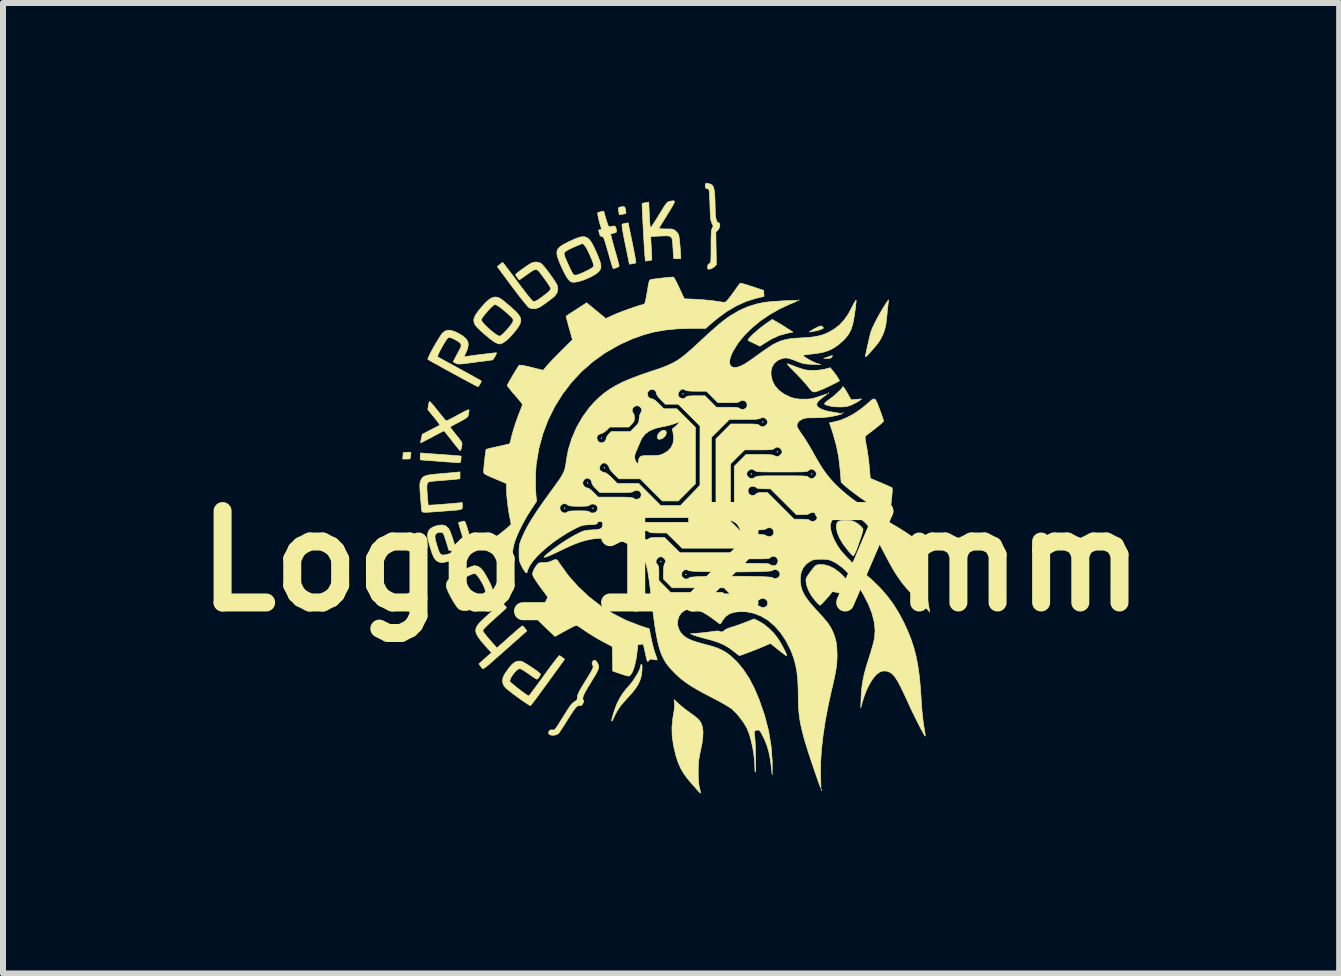
<source format=kicad_pcb>
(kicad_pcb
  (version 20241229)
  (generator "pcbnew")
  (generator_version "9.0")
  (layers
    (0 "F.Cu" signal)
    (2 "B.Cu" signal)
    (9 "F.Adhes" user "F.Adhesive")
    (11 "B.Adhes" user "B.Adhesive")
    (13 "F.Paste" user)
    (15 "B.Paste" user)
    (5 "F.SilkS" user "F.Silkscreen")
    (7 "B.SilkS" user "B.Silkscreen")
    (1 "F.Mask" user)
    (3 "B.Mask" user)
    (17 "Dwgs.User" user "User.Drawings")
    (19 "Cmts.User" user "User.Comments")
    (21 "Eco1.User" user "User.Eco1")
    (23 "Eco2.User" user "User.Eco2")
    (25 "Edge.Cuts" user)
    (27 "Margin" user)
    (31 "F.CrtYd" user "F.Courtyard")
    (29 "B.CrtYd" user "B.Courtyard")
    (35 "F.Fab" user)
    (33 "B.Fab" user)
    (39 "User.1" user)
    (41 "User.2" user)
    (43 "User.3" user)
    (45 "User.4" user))
  (footprint "Logo_12,7mm"
    (layer "F.Cu")
    (at 8.135 6.303)
    (property "Reference" "Logo_12,7mm" (at 0 0 0) (layer "F.SilkS") (effects (font (size 1.524 1.524) (thickness 0.3))))
    (attr through_hole)
    (fp_poly (pts (xy -1.765 -0.883) (xy -1.772 -0.876) (xy -1.778 -0.883) (xy -1.772 -0.889) (xy -1.765 -0.883)) (stroke (width 0.01) (type solid)) (fill yes) (layer "F.SilkS"))
    (fp_poly (pts (xy -1.384 -1.302) (xy -1.391 -1.295) (xy -1.397 -1.302) (xy -1.391 -1.308) (xy -1.384 -1.302)) (stroke (width 0.01) (type solid)) (fill yes) (layer "F.SilkS"))
    (fp_poly (pts (xy -1.295 -0.883) (xy -1.302 -0.876) (xy -1.308 -0.883) (xy -1.302 -0.889) (xy -1.295 -0.883)) (stroke (width 0.01) (type solid)) (fill yes) (layer "F.SilkS"))
    (fp_poly (pts (xy -1.156 -2.051) (xy -1.162 -2.045) (xy -1.168 -2.051) (xy -1.162 -2.057) (xy -1.156 -2.051)) (stroke (width 0.01) (type solid)) (fill yes) (layer "F.SilkS"))
    (fp_poly (pts (xy -1.105 -1.556) (xy -1.111 -1.549) (xy -1.118 -1.556) (xy -1.111 -1.562) (xy -1.105 -1.556)) (stroke (width 0.01) (type solid)) (fill yes) (layer "F.SilkS"))
    (fp_poly (pts (xy -0.165 0.006) (xy -0.171 0.013) (xy -0.178 0.006) (xy -0.171 0) (xy -0.165 0.006)) (stroke (width 0.01) (type solid)) (fill yes) (layer "F.SilkS"))
    (fp_poly (pts (xy 0.203 -2.788) (xy 0.197 -2.781) (xy 0.191 -2.788) (xy 0.197 -2.794) (xy 0.203 -2.788)) (stroke (width 0.01) (type solid)) (fill yes) (layer "F.SilkS"))
    (fp_poly (pts (xy 0.254 0.222) (xy 0.248 0.229) (xy 0.241 0.222) (xy 0.248 0.216) (xy 0.254 0.222)) (stroke (width 0.01) (type solid)) (fill yes) (layer "F.SilkS"))
    (fp_poly (pts (xy 1.346 -1.454) (xy 1.34 -1.448) (xy 1.333 -1.454) (xy 1.34 -1.46) (xy 1.346 -1.454)) (stroke (width 0.01) (type solid)) (fill yes) (layer "F.SilkS"))
    (fp_poly (pts (xy 1.537 -2.318) (xy 1.53 -2.311) (xy 1.524 -2.318) (xy 1.53 -2.324) (xy 1.537 -2.318)) (stroke (width 0.01) (type solid)) (fill yes) (layer "F.SilkS"))
    (fp_poly (pts (xy 1.778 -1.822) (xy 1.772 -1.816) (xy 1.765 -1.822) (xy 1.772 -1.829) (xy 1.778 -1.822)) (stroke (width 0.01) (type solid)) (fill yes) (layer "F.SilkS"))
    (fp_poly (pts (xy 2.134 -4.35) (xy 2.127 -4.343) (xy 2.121 -4.35) (xy 2.127 -4.356) (xy 2.134 -4.35)) (stroke (width 0.01) (type solid)) (fill yes) (layer "F.SilkS"))
    (fp_poly (pts (xy 2.349 -1.454) (xy 2.343 -1.448) (xy 2.337 -1.454) (xy 2.343 -1.46) (xy 2.349 -1.454)) (stroke (width 0.01) (type solid)) (fill yes) (layer "F.SilkS"))
    (fp_poly (pts (xy 2.629 -2.8) (xy 2.623 -2.794) (xy 2.616 -2.8) (xy 2.623 -2.807) (xy 2.629 -2.8)) (stroke (width 0.01) (type solid)) (fill yes) (layer "F.SilkS"))
    (fp_poly (pts (xy 2.87 -2.47) (xy 2.864 -2.464) (xy 2.857 -2.47) (xy 2.864 -2.477) (xy 2.87 -2.47)) (stroke (width 0.01) (type solid)) (fill yes) (layer "F.SilkS"))
    (fp_poly (pts (xy 2.51 3.802) (xy 2.512 3.817) (xy 2.51 3.818) (xy 2.503 3.817) (xy 2.502 3.81) (xy 2.507 3.8) (xy 2.51 3.802)) (stroke (width 0.01) (type solid)) (fill yes) (layer "F.SilkS"))
    (fp_poly (pts (xy 2.687 -3.42) (xy 2.68 -3.404) (xy 2.665 -3.387) (xy 2.638 -3.38) (xy 2.606 -3.379) (xy 2.546 -3.379) (xy 2.616 -3.404) (xy 2.654 -3.417) (xy 2.681 -3.426) (xy 2.69 -3.429) (xy 2.687 -3.42)) (stroke (width 0.01) (type solid)) (fill yes) (layer "F.SilkS"))
    (fp_poly (pts (xy -4.338 -1.812) (xy -4.334 -1.803) (xy -4.335 -1.797) (xy -4.341 -1.769) (xy -4.343 -1.739) (xy -4.345 -1.717) (xy -4.354 -1.706) (xy -4.376 -1.702) (xy -4.408 -1.702) (xy -4.472 -1.702) (xy -4.468 -1.756) (xy -4.464 -1.81) (xy -4.396 -1.814) (xy -4.357 -1.815) (xy -4.338 -1.812)) (stroke (width 0.01) (type solid)) (fill yes) (layer "F.SilkS"))
    (fp_poly (pts (xy -0.09 -2.173) (xy -0.079 -2.149) (xy -0.079 -2.143) (xy -0.085 -2.109) (xy -0.106 -2.077) (xy -0.137 -2.05) (xy -0.171 -2.034) (xy -0.203 -2.031) (xy -0.22 -2.04) (xy -0.23 -2.066) (xy -0.223 -2.099) (xy -0.203 -2.133) (xy -0.174 -2.162) (xy -0.141 -2.18) (xy -0.118 -2.182) (xy -0.09 -2.173)) (stroke (width 0.01) (type solid)) (fill yes) (layer "F.SilkS"))
    (fp_poly (pts (xy -0.771 -5.901) (xy -0.763 -5.877) (xy -0.758 -5.857) (xy -0.753 -5.822) (xy -0.752 -5.799) (xy -0.754 -5.795) (xy -0.769 -5.79) (xy -0.8 -5.784) (xy -0.811 -5.782) (xy -0.862 -5.775) (xy -0.873 -5.831) (xy -0.878 -5.87) (xy -0.872 -5.892) (xy -0.848 -5.903) (xy -0.813 -5.907) (xy -0.786 -5.909) (xy -0.771 -5.901)) (stroke (width 0.01) (type solid)) (fill yes) (layer "F.SilkS"))
    (fp_poly (pts (xy 2.518 -3.914) (xy 2.52 -3.912) (xy 2.537 -3.894) (xy 2.54 -3.886) (xy 2.529 -3.876) (xy 2.499 -3.863) (xy 2.457 -3.849) (xy 2.41 -3.837) (xy 2.364 -3.829) (xy 2.362 -3.828) (xy 2.305 -3.82) (xy 2.341 -3.845) (xy 2.373 -3.865) (xy 2.417 -3.888) (xy 2.439 -3.899) (xy 2.477 -3.915) (xy 2.501 -3.92) (xy 2.518 -3.914)) (stroke (width 0.01) (type solid)) (fill yes) (layer "F.SilkS"))
    (fp_poly (pts (xy -0.676 -5.452) (xy -0.649 -5.322) (xy -0.628 -5.215) (xy -0.611 -5.13) (xy -0.599 -5.065) (xy -0.591 -5.018) (xy -0.587 -4.988) (xy -0.587 -4.973) (xy -0.588 -4.971) (xy -0.604 -4.965) (xy -0.635 -4.958) (xy -0.644 -4.957) (xy -0.694 -4.95) (xy -0.761 -5.277) (xy -0.779 -5.364) (xy -0.794 -5.444) (xy -0.806 -5.512) (xy -0.814 -5.565) (xy -0.818 -5.6) (xy -0.817 -5.613) (xy -0.798 -5.622) (xy -0.766 -5.63) (xy -0.761 -5.631) (xy -0.715 -5.639) (xy -0.676 -5.452)) (stroke (width 0.01) (type solid)) (fill yes) (layer "F.SilkS"))
    (fp_poly (pts (xy 1.761 -3.987) (xy 1.808 -3.96) (xy 1.865 -3.925) (xy 1.921 -3.889) (xy 1.933 -3.881) (xy 2.032 -3.818) (xy 1.925 -3.796) (xy 1.801 -3.761) (xy 1.676 -3.704) (xy 1.567 -3.638) (xy 1.527 -3.612) (xy 1.498 -3.592) (xy 1.482 -3.583) (xy 1.481 -3.582) (xy 1.47 -3.588) (xy 1.441 -3.602) (xy 1.401 -3.622) (xy 1.384 -3.63) (xy 1.34 -3.651) (xy 1.306 -3.668) (xy 1.287 -3.678) (xy 1.285 -3.679) (xy 1.285 -3.691) (xy 1.302 -3.715) (xy 1.334 -3.75) (xy 1.377 -3.791) (xy 1.429 -3.837) (xy 1.485 -3.884) (xy 1.544 -3.93) (xy 1.601 -3.97) (xy 1.687 -4.029) (xy 1.761 -3.987)) (stroke (width 0.01) (type solid)) (fill yes) (layer "F.SilkS"))
    (fp_poly (pts (xy 2.877 -2.898) (xy 2.902 -2.863) (xy 2.936 -2.805) (xy 2.94 -2.799) (xy 3.001 -2.689) (xy 3.177 -2.704) (xy 3.145 -2.679) (xy 3.117 -2.661) (xy 3.076 -2.638) (xy 3.028 -2.614) (xy 3.027 -2.613) (xy 2.976 -2.591) (xy 2.931 -2.579) (xy 2.88 -2.572) (xy 2.832 -2.57) (xy 2.757 -2.571) (xy 2.687 -2.578) (xy 2.65 -2.585) (xy 2.597 -2.599) (xy 2.566 -2.611) (xy 2.557 -2.624) (xy 2.57 -2.643) (xy 2.605 -2.671) (xy 2.638 -2.695) (xy 2.687 -2.732) (xy 2.737 -2.773) (xy 2.782 -2.814) (xy 2.821 -2.851) (xy 2.847 -2.88) (xy 2.857 -2.898) (xy 2.857 -2.898) (xy 2.862 -2.91) (xy 2.877 -2.898)) (stroke (width 0.01) (type solid)) (fill yes) (layer "F.SilkS"))
    (fp_poly (pts (xy -4.091 -1.796) (xy -4.052 -1.793) (xy -3.992 -1.789) (xy -3.919 -1.784) (xy -3.838 -1.778) (xy -3.755 -1.772) (xy -3.678 -1.767) (xy -3.61 -1.761) (xy -3.555 -1.757) (xy -3.517 -1.753) (xy -3.5 -1.751) (xy -3.5 -1.75) (xy -3.499 -1.736) (xy -3.501 -1.706) (xy -3.502 -1.692) (xy -3.507 -1.658) (xy -3.517 -1.643) (xy -3.535 -1.64) (xy -3.541 -1.64) (xy -3.563 -1.642) (xy -3.607 -1.645) (xy -3.667 -1.649) (xy -3.741 -1.654) (xy -3.824 -1.661) (xy -3.873 -1.664) (xy -3.958 -1.671) (xy -4.034 -1.676) (xy -4.097 -1.681) (xy -4.144 -1.685) (xy -4.172 -1.687) (xy -4.178 -1.688) (xy -4.181 -1.7) (xy -4.181 -1.729) (xy -4.18 -1.746) (xy -4.176 -1.803) (xy -4.091 -1.796)) (stroke (width 0.01) (type solid)) (fill yes) (layer "F.SilkS"))
    (fp_poly (pts (xy 2.913 -0.679) (xy 2.974 -0.677) (xy 3.018 -0.671) (xy 3.054 -0.658) (xy 3.067 -0.651) (xy 3.115 -0.622) (xy 3.156 -0.588) (xy 3.186 -0.555) (xy 3.2 -0.528) (xy 3.2 -0.525) (xy 3.196 -0.503) (xy 3.185 -0.462) (xy 3.168 -0.409) (xy 3.148 -0.349) (xy 3.126 -0.286) (xy 3.105 -0.227) (xy 3.086 -0.177) (xy 3.074 -0.149) (xy 3.057 -0.115) (xy 3.042 -0.093) (xy 3.036 -0.089) (xy 3.023 -0.098) (xy 2.999 -0.122) (xy 2.968 -0.157) (xy 2.958 -0.168) (xy 2.872 -0.28) (xy 2.81 -0.382) (xy 2.771 -0.475) (xy 2.756 -0.559) (xy 2.756 -0.57) (xy 2.76 -0.616) (xy 2.773 -0.648) (xy 2.801 -0.667) (xy 2.846 -0.677) (xy 2.912 -0.679) (xy 2.913 -0.679)) (stroke (width 0.01) (type solid)) (fill yes) (layer "F.SilkS"))
    (fp_poly (pts (xy 3.625 -4.345) (xy 3.622 -4.315) (xy 3.618 -4.283) (xy 3.613 -4.24) (xy 3.606 -4.18) (xy 3.6 -4.112) (xy 3.595 -4.063) (xy 3.582 -3.949) (xy 3.56 -3.853) (xy 3.528 -3.768) (xy 3.485 -3.687) (xy 3.475 -3.671) (xy 3.451 -3.637) (xy 3.419 -3.596) (xy 3.382 -3.552) (xy 3.343 -3.507) (xy 3.306 -3.467) (xy 3.275 -3.434) (xy 3.251 -3.412) (xy 3.24 -3.406) (xy 3.239 -3.407) (xy 3.241 -3.426) (xy 3.249 -3.464) (xy 3.26 -3.517) (xy 3.273 -3.579) (xy 3.288 -3.643) (xy 3.302 -3.707) (xy 3.316 -3.763) (xy 3.327 -3.806) (xy 3.334 -3.829) (xy 3.353 -3.878) (xy 3.384 -3.943) (xy 3.421 -4.018) (xy 3.464 -4.098) (xy 3.509 -4.176) (xy 3.552 -4.247) (xy 3.557 -4.255) (xy 3.585 -4.299) (xy 3.608 -4.333) (xy 3.622 -4.353) (xy 3.625 -4.356) (xy 3.625 -4.345)) (stroke (width 0.01) (type solid)) (fill yes) (layer "F.SilkS"))
    (fp_poly (pts (xy -0.487 1.726) (xy -0.483 1.751) (xy -0.483 1.79) (xy -0.486 1.837) (xy -0.492 1.887) (xy -0.501 1.933) (xy -0.502 1.937) (xy -0.523 2) (xy -0.553 2.062) (xy -0.595 2.127) (xy -0.652 2.198) (xy -0.726 2.281) (xy -0.727 2.281) (xy -0.791 2.353) (xy -0.842 2.413) (xy -0.882 2.47) (xy -0.916 2.529) (xy -0.95 2.597) (xy -0.955 2.61) (xy -0.972 2.645) (xy -0.985 2.665) (xy -0.99 2.666) (xy -0.99 2.665) (xy -0.986 2.635) (xy -0.974 2.588) (xy -0.957 2.531) (xy -0.937 2.47) (xy -0.915 2.411) (xy -0.895 2.361) (xy -0.887 2.346) (xy -0.847 2.272) (xy -0.805 2.206) (xy -0.753 2.139) (xy -0.69 2.066) (xy -0.65 2.017) (xy -0.61 1.96) (xy -0.573 1.9) (xy -0.541 1.843) (xy -0.519 1.794) (xy -0.508 1.757) (xy -0.508 1.752) (xy -0.502 1.728) (xy -0.495 1.721) (xy -0.487 1.726)) (stroke (width 0.01) (type solid)) (fill yes) (layer "F.SilkS"))
    (fp_poly (pts (xy 1.957 -3.285) (xy 1.993 -3.272) (xy 2.039 -3.255) (xy 2.06 -3.246) (xy 2.12 -3.224) (xy 2.181 -3.204) (xy 2.233 -3.189) (xy 2.242 -3.187) (xy 2.314 -3.179) (xy 2.4 -3.179) (xy 2.49 -3.187) (xy 2.574 -3.202) (xy 2.588 -3.206) (xy 2.654 -3.224) (xy 2.697 -3.171) (xy 2.729 -3.13) (xy 2.759 -3.088) (xy 2.784 -3.049) (xy 2.801 -3.021) (xy 2.806 -3.006) (xy 2.805 -3.005) (xy 2.784 -2.992) (xy 2.746 -2.972) (xy 2.697 -2.947) (xy 2.643 -2.92) (xy 2.589 -2.895) (xy 2.543 -2.873) (xy 2.52 -2.864) (xy 2.458 -2.839) (xy 2.415 -2.824) (xy 2.384 -2.819) (xy 2.359 -2.826) (xy 2.334 -2.847) (xy 2.304 -2.883) (xy 2.275 -2.919) (xy 2.231 -2.971) (xy 2.176 -3.033) (xy 2.115 -3.097) (xy 2.057 -3.156) (xy 2.054 -3.159) (xy 2.009 -3.205) (xy 1.972 -3.243) (xy 1.948 -3.272) (xy 1.937 -3.287) (xy 1.938 -3.289) (xy 1.957 -3.285)) (stroke (width 0.01) (type solid)) (fill yes) (layer "F.SilkS"))
    (fp_poly (pts (xy 0.136 2.387) (xy 0.188 2.431) (xy 0.251 2.48) (xy 0.312 2.525) (xy 0.328 2.536) (xy 0.378 2.572) (xy 0.423 2.608) (xy 0.458 2.639) (xy 0.469 2.651) (xy 0.502 2.702) (xy 0.523 2.764) (xy 0.533 2.838) (xy 0.53 2.927) (xy 0.517 3.034) (xy 0.493 3.152) (xy 0.476 3.235) (xy 0.464 3.302) (xy 0.457 3.365) (xy 0.454 3.432) (xy 0.453 3.512) (xy 0.454 3.608) (xy 0.459 3.685) (xy 0.467 3.747) (xy 0.474 3.777) (xy 0.484 3.82) (xy 0.491 3.853) (xy 0.492 3.868) (xy 0.492 3.868) (xy 0.483 3.86) (xy 0.46 3.837) (xy 0.426 3.8) (xy 0.384 3.753) (xy 0.352 3.717) (xy 0.272 3.623) (xy 0.21 3.537) (xy 0.161 3.453) (xy 0.122 3.365) (xy 0.088 3.266) (xy 0.082 3.245) (xy 0.042 3.077) (xy 0.019 2.92) (xy 0.015 2.771) (xy 0.029 2.624) (xy 0.039 2.565) (xy 0.054 2.474) (xy 0.059 2.403) (xy 0.057 2.37) (xy 0.05 2.308) (xy 0.136 2.387)) (stroke (width 0.01) (type solid)) (fill yes) (layer "F.SilkS"))
    (fp_poly (pts (xy 2.548 0.059) (xy 2.637 0.083) (xy 2.727 0.129) (xy 2.817 0.197) (xy 2.878 0.257) (xy 2.917 0.302) (xy 2.959 0.354) (xy 3 0.408) (xy 3.037 0.462) (xy 3.068 0.511) (xy 3.091 0.551) (xy 3.102 0.578) (xy 3.101 0.587) (xy 3.085 0.588) (xy 3.048 0.583) (xy 2.992 0.573) (xy 2.922 0.558) (xy 2.891 0.551) (xy 2.824 0.535) (xy 2.766 0.522) (xy 2.722 0.513) (xy 2.695 0.509) (xy 2.689 0.509) (xy 2.666 0.538) (xy 2.635 0.576) (xy 2.599 0.618) (xy 2.562 0.659) (xy 2.528 0.695) (xy 2.502 0.722) (xy 2.486 0.735) (xy 2.485 0.736) (xy 2.47 0.726) (xy 2.444 0.702) (xy 2.412 0.668) (xy 2.402 0.656) (xy 2.339 0.573) (xy 2.291 0.486) (xy 2.26 0.4) (xy 2.252 0.353) (xy 2.249 0.323) (xy 2.251 0.299) (xy 2.258 0.276) (xy 2.275 0.247) (xy 2.302 0.208) (xy 2.326 0.176) (xy 2.362 0.127) (xy 2.389 0.095) (xy 2.41 0.075) (xy 2.43 0.065) (xy 2.454 0.059) (xy 2.464 0.058) (xy 2.548 0.059)) (stroke (width 0.01) (type solid)) (fill yes) (layer "F.SilkS"))
    (fp_poly (pts (xy -1.084 -5.7) (xy -1.067 -5.647) (xy -1.052 -5.605) (xy -1.04 -5.578) (xy -1.034 -5.571) (xy -1.015 -5.575) (xy -0.982 -5.581) (xy -0.976 -5.582) (xy -0.945 -5.586) (xy -0.929 -5.579) (xy -0.919 -5.555) (xy -0.916 -5.543) (xy -0.908 -5.505) (xy -0.912 -5.484) (xy -0.934 -5.472) (xy -0.956 -5.467) (xy -0.986 -5.459) (xy -1.004 -5.454) (xy -1.005 -5.453) (xy -1.004 -5.44) (xy -0.997 -5.407) (xy -0.984 -5.356) (xy -0.967 -5.292) (xy -0.946 -5.217) (xy -0.939 -5.191) (xy -0.916 -5.114) (xy -0.897 -5.044) (xy -0.881 -4.986) (xy -0.87 -4.944) (xy -0.864 -4.921) (xy -0.864 -4.919) (xy -0.875 -4.908) (xy -0.901 -4.894) (xy -0.933 -4.883) (xy -0.961 -4.877) (xy -0.965 -4.877) (xy -0.97 -4.889) (xy -0.981 -4.921) (xy -0.997 -4.971) (xy -1.016 -5.035) (xy -1.037 -5.11) (xy -1.047 -5.144) (xy -1.072 -5.231) (xy -1.091 -5.297) (xy -1.106 -5.345) (xy -1.118 -5.377) (xy -1.128 -5.396) (xy -1.137 -5.406) (xy -1.146 -5.41) (xy -1.151 -5.41) (xy -1.173 -5.416) (xy -1.187 -5.438) (xy -1.193 -5.458) (xy -1.203 -5.496) (xy -1.205 -5.516) (xy -1.196 -5.523) (xy -1.18 -5.524) (xy -1.16 -5.53) (xy -1.159 -5.54) (xy -1.174 -5.584) (xy -1.189 -5.636) (xy -1.203 -5.69) (xy -1.214 -5.739) (xy -1.221 -5.779) (xy -1.223 -5.802) (xy -1.222 -5.806) (xy -1.203 -5.816) (xy -1.17 -5.824) (xy -1.166 -5.825) (xy -1.122 -5.832) (xy -1.084 -5.7)) (stroke (width 0.01) (type solid)) (fill yes) (layer "F.SilkS"))
    (fp_poly (pts (xy 1.469 1.005) (xy 1.548 1.053) (xy 1.629 1.119) (xy 1.707 1.195) (xy 1.771 1.276) (xy 1.799 1.318) (xy 1.829 1.368) (xy 1.86 1.423) (xy 1.887 1.476) (xy 1.91 1.522) (xy 1.924 1.557) (xy 1.928 1.576) (xy 1.928 1.576) (xy 1.917 1.573) (xy 1.891 1.556) (xy 1.853 1.527) (xy 1.806 1.491) (xy 1.792 1.48) (xy 1.744 1.44) (xy 1.702 1.407) (xy 1.672 1.383) (xy 1.657 1.372) (xy 1.656 1.372) (xy 1.644 1.377) (xy 1.614 1.39) (xy 1.572 1.408) (xy 1.553 1.417) (xy 1.517 1.432) (xy 1.467 1.453) (xy 1.409 1.476) (xy 1.346 1.5) (xy 1.284 1.524) (xy 1.227 1.545) (xy 1.181 1.562) (xy 1.15 1.572) (xy 1.139 1.575) (xy 1.128 1.567) (xy 1.102 1.548) (xy 1.065 1.519) (xy 1.047 1.504) (xy 0.967 1.445) (xy 0.885 1.397) (xy 0.795 1.357) (xy 0.69 1.322) (xy 0.605 1.299) (xy 0.536 1.281) (xy 0.472 1.263) (xy 0.418 1.247) (xy 0.381 1.235) (xy 0.375 1.232) (xy 0.324 1.21) (xy 0.449 1.201) (xy 0.52 1.195) (xy 0.598 1.186) (xy 0.668 1.177) (xy 0.684 1.174) (xy 0.746 1.166) (xy 0.787 1.164) (xy 0.806 1.169) (xy 0.833 1.181) (xy 0.865 1.175) (xy 0.891 1.155) (xy 0.915 1.137) (xy 0.96 1.117) (xy 1.003 1.103) (xy 1.055 1.087) (xy 1.122 1.064) (xy 1.192 1.039) (xy 1.241 1.02) (xy 1.383 0.963) (xy 1.469 1.005)) (stroke (width 0.01) (type solid)) (fill yes) (layer "F.SilkS"))
    (fp_poly (pts (xy -2.807 0.707) (xy -2.784 0.728) (xy -2.775 0.737) (xy -2.752 0.762) (xy -2.746 0.776) (xy -2.754 0.79) (xy -2.763 0.798) (xy -2.78 0.814) (xy -2.813 0.843) (xy -2.857 0.883) (xy -2.91 0.93) (xy -2.962 0.977) (xy -3.028 1.037) (xy -3.08 1.087) (xy -3.116 1.125) (xy -3.135 1.15) (xy -3.137 1.156) (xy -3.131 1.173) (xy -3.114 1.2) (xy -3.083 1.24) (xy -3.038 1.294) (xy -2.977 1.364) (xy -2.945 1.4) (xy -2.902 1.448) (xy -2.696 1.264) (xy -2.635 1.21) (xy -2.58 1.162) (xy -2.535 1.123) (xy -2.501 1.095) (xy -2.481 1.081) (xy -2.479 1.079) (xy -2.464 1.089) (xy -2.442 1.112) (xy -2.435 1.121) (xy -2.403 1.163) (xy -2.739 1.461) (xy -2.836 1.547) (xy -2.916 1.618) (xy -2.98 1.674) (xy -3.03 1.718) (xy -3.069 1.75) (xy -3.098 1.772) (xy -3.119 1.786) (xy -3.133 1.791) (xy -3.143 1.79) (xy -3.151 1.784) (xy -3.157 1.774) (xy -3.166 1.762) (xy -3.169 1.758) (xy -3.203 1.712) (xy -3.135 1.652) (xy -3.095 1.616) (xy -3.056 1.582) (xy -3.03 1.559) (xy -2.992 1.527) (xy -3.104 1.402) (xy -3.17 1.325) (xy -3.217 1.261) (xy -3.246 1.207) (xy -3.257 1.16) (xy -3.25 1.116) (xy -3.227 1.071) (xy -3.187 1.023) (xy -3.159 0.996) (xy -3.116 0.954) (xy -3.066 0.908) (xy -3.013 0.86) (xy -2.96 0.813) (xy -2.911 0.771) (xy -2.869 0.735) (xy -2.838 0.71) (xy -2.822 0.699) (xy -2.821 0.699) (xy -2.807 0.707)) (stroke (width 0.01) (type solid)) (fill yes) (layer "F.SilkS"))
    (fp_poly (pts (xy 0.605 -6.297) (xy 0.618 -6.295) (xy 0.661 -6.283) (xy 0.691 -6.262) (xy 0.71 -6.226) (xy 0.721 -6.172) (xy 0.726 -6.131) (xy 0.73 -6.073) (xy 0.733 -6) (xy 0.735 -5.924) (xy 0.736 -5.877) (xy 0.739 -5.781) (xy 0.748 -5.71) (xy 0.763 -5.663) (xy 0.783 -5.641) (xy 0.793 -5.639) (xy 0.809 -5.629) (xy 0.814 -5.604) (xy 0.809 -5.571) (xy 0.795 -5.537) (xy 0.78 -5.518) (xy 0.747 -5.485) (xy 0.751 -5.213) (xy 0.756 -4.941) (xy 0.724 -4.909) (xy 0.689 -4.884) (xy 0.651 -4.869) (xy 0.623 -4.865) (xy 0.612 -4.873) (xy 0.61 -4.9) (xy 0.61 -4.904) (xy 0.615 -4.938) (xy 0.633 -4.957) (xy 0.638 -4.96) (xy 0.648 -4.964) (xy 0.655 -4.971) (xy 0.66 -4.984) (xy 0.663 -5.006) (xy 0.665 -5.04) (xy 0.666 -5.089) (xy 0.667 -5.157) (xy 0.667 -5.246) (xy 0.667 -5.339) (xy 0.668 -5.41) (xy 0.67 -5.463) (xy 0.673 -5.5) (xy 0.677 -5.526) (xy 0.683 -5.543) (xy 0.687 -5.55) (xy 0.699 -5.572) (xy 0.7 -5.591) (xy 0.688 -5.618) (xy 0.682 -5.631) (xy 0.673 -5.651) (xy 0.666 -5.675) (xy 0.66 -5.706) (xy 0.656 -5.748) (xy 0.653 -5.806) (xy 0.65 -5.883) (xy 0.649 -5.93) (xy 0.646 -6.007) (xy 0.642 -6.077) (xy 0.639 -6.134) (xy 0.635 -6.174) (xy 0.631 -6.194) (xy 0.631 -6.194) (xy 0.611 -6.208) (xy 0.596 -6.21) (xy 0.579 -6.215) (xy 0.572 -6.235) (xy 0.572 -6.256) (xy 0.573 -6.286) (xy 0.582 -6.298) (xy 0.605 -6.297)) (stroke (width 0.01) (type solid)) (fill yes) (layer "F.SilkS"))
    (fp_poly (pts (xy -2.874 -4.392) (xy -2.828 -4.366) (xy -2.803 -4.347) (xy -2.764 -4.315) (xy -2.716 -4.275) (xy -2.666 -4.232) (xy -2.665 -4.231) (xy -2.593 -4.166) (xy -2.543 -4.111) (xy -2.513 -4.062) (xy -2.503 -4.014) (xy -2.513 -3.964) (xy -2.543 -3.908) (xy -2.592 -3.841) (xy -2.634 -3.791) (xy -2.697 -3.722) (xy -2.756 -3.669) (xy -2.808 -3.635) (xy -2.849 -3.62) (xy -2.856 -3.62) (xy -2.88 -3.625) (xy -2.915 -3.638) (xy -2.924 -3.642) (xy -2.956 -3.662) (xy -3.001 -3.694) (xy -3.053 -3.735) (xy -3.107 -3.781) (xy -3.161 -3.828) (xy -3.208 -3.873) (xy -3.245 -3.911) (xy -3.267 -3.939) (xy -3.269 -3.943) (xy -3.284 -3.983) (xy -3.288 -4.02) (xy -3.288 -4.021) (xy -3.162 -4.021) (xy -3.153 -3.998) (xy -3.127 -3.964) (xy -3.089 -3.924) (xy -3.043 -3.88) (xy -2.994 -3.837) (xy -2.945 -3.799) (xy -2.902 -3.769) (xy -2.869 -3.752) (xy -2.854 -3.749) (xy -2.835 -3.76) (xy -2.804 -3.786) (xy -2.766 -3.824) (xy -2.728 -3.865) (xy -2.679 -3.923) (xy -2.648 -3.967) (xy -2.632 -4) (xy -2.632 -4.028) (xy -2.646 -4.053) (xy -2.664 -4.072) (xy -2.737 -4.139) (xy -2.803 -4.194) (xy -2.858 -4.237) (xy -2.902 -4.265) (xy -2.93 -4.277) (xy -2.936 -4.278) (xy -2.957 -4.266) (xy -2.989 -4.239) (xy -3.027 -4.201) (xy -3.067 -4.157) (xy -3.105 -4.112) (xy -3.136 -4.071) (xy -3.157 -4.038) (xy -3.162 -4.021) (xy -3.288 -4.021) (xy -3.279 -4.06) (xy -3.257 -4.105) (xy -3.22 -4.159) (xy -3.165 -4.226) (xy -3.149 -4.246) (xy -3.083 -4.317) (xy -3.025 -4.367) (xy -2.972 -4.395) (xy -2.923 -4.403) (xy -2.874 -4.392)) (stroke (width 0.01) (type solid)) (fill yes) (layer "F.SilkS"))
    (fp_poly (pts (xy -1.437 -5.406) (xy -1.395 -5.389) (xy -1.356 -5.354) (xy -1.319 -5.3) (xy -1.28 -5.225) (xy -1.236 -5.127) (xy -1.221 -5.091) (xy -1.19 -5.013) (xy -1.172 -4.953) (xy -1.168 -4.905) (xy -1.177 -4.867) (xy -1.199 -4.833) (xy -1.217 -4.815) (xy -1.262 -4.781) (xy -1.324 -4.745) (xy -1.396 -4.711) (xy -1.47 -4.682) (xy -1.538 -4.661) (xy -1.59 -4.651) (xy -1.633 -4.649) (xy -1.66 -4.653) (xy -1.682 -4.666) (xy -1.705 -4.688) (xy -1.73 -4.72) (xy -1.761 -4.773) (xy -1.796 -4.841) (xy -1.822 -4.896) (xy -1.862 -4.988) (xy -1.889 -5.062) (xy -1.903 -5.121) (xy -1.902 -5.129) (xy -1.782 -5.129) (xy -1.78 -5.108) (xy -1.771 -5.076) (xy -1.752 -5.03) (xy -1.724 -4.966) (xy -1.723 -4.964) (xy -1.695 -4.904) (xy -1.67 -4.851) (xy -1.648 -4.81) (xy -1.634 -4.787) (xy -1.632 -4.785) (xy -1.617 -4.771) (xy -1.596 -4.766) (xy -1.568 -4.77) (xy -1.528 -4.783) (xy -1.472 -4.807) (xy -1.419 -4.832) (xy -1.355 -4.864) (xy -1.312 -4.892) (xy -1.29 -4.912) (xy -1.289 -4.915) (xy -1.291 -4.938) (xy -1.302 -4.977) (xy -1.321 -5.028) (xy -1.345 -5.085) (xy -1.371 -5.142) (xy -1.397 -5.195) (xy -1.422 -5.238) (xy -1.441 -5.265) (xy -1.443 -5.267) (xy -1.474 -5.295) (xy -1.534 -5.271) (xy -1.622 -5.234) (xy -1.693 -5.201) (xy -1.744 -5.172) (xy -1.773 -5.15) (xy -1.778 -5.143) (xy -1.782 -5.129) (xy -1.902 -5.129) (xy -1.901 -5.168) (xy -1.884 -5.207) (xy -1.85 -5.241) (xy -1.799 -5.275) (xy -1.728 -5.312) (xy -1.705 -5.323) (xy -1.618 -5.364) (xy -1.546 -5.392) (xy -1.487 -5.407) (xy -1.437 -5.406)) (stroke (width 0.01) (type solid)) (fill yes) (layer "F.SilkS"))
    (fp_poly (pts (xy 3.402 -2.696) (xy 3.42 -2.669) (xy 3.441 -2.622) (xy 3.468 -2.553) (xy 3.475 -2.534) (xy 3.499 -2.47) (xy 3.519 -2.414) (xy 3.533 -2.369) (xy 3.541 -2.342) (xy 3.542 -2.337) (xy 3.539 -2.328) (xy 3.527 -2.315) (xy 3.506 -2.295) (xy 3.472 -2.266) (xy 3.425 -2.228) (xy 3.361 -2.178) (xy 3.28 -2.116) (xy 3.244 -2.088) (xy 3.238 -2.079) (xy 3.235 -2.063) (xy 3.237 -2.035) (xy 3.243 -1.992) (xy 3.255 -1.929) (xy 3.258 -1.915) (xy 3.271 -1.839) (xy 3.284 -1.749) (xy 3.296 -1.656) (xy 3.305 -1.571) (xy 3.305 -1.568) (xy 3.321 -1.38) (xy 3.499 -1.305) (xy 3.561 -1.279) (xy 3.615 -1.255) (xy 3.656 -1.237) (xy 3.681 -1.225) (xy 3.685 -1.222) (xy 3.687 -1.206) (xy 3.687 -1.17) (xy 3.684 -1.119) (xy 3.678 -1.06) (xy 3.672 -0.997) (xy 3.664 -0.935) (xy 3.657 -0.881) (xy 3.649 -0.838) (xy 3.643 -0.814) (xy 3.64 -0.81) (xy 3.618 -0.801) (xy 3.589 -0.801) (xy 3.552 -0.812) (xy 3.503 -0.835) (xy 3.44 -0.872) (xy 3.372 -0.913) (xy 3.262 -0.985) (xy 3.155 -1.058) (xy 3.057 -1.13) (xy 2.971 -1.196) (xy 2.903 -1.253) (xy 2.894 -1.261) (xy 2.835 -1.316) (xy 2.82 -1.51) (xy 2.796 -1.722) (xy 2.757 -1.921) (xy 2.703 -2.116) (xy 2.693 -2.148) (xy 2.674 -2.206) (xy 2.658 -2.254) (xy 2.646 -2.289) (xy 2.642 -2.304) (xy 2.642 -2.305) (xy 2.653 -2.309) (xy 2.681 -2.314) (xy 2.699 -2.317) (xy 2.812 -2.344) (xy 2.931 -2.393) (xy 3.054 -2.459) (xy 3.175 -2.543) (xy 3.29 -2.638) (xy 3.329 -2.674) (xy 3.359 -2.697) (xy 3.382 -2.704) (xy 3.402 -2.696)) (stroke (width 0.01) (type solid)) (fill yes) (layer "F.SilkS"))
    (fp_poly (pts (xy -3.518 -1.373) (xy -3.572 -1.366) (xy -3.604 -1.363) (xy -3.656 -1.358) (xy -3.72 -1.353) (xy -3.79 -1.347) (xy -3.81 -1.346) (xy -3.878 -1.34) (xy -3.939 -1.335) (xy -3.987 -1.33) (xy -4.018 -1.326) (xy -4.023 -1.325) (xy -4.044 -1.317) (xy -4.058 -1.303) (xy -4.067 -1.278) (xy -4.07 -1.24) (xy -4.068 -1.184) (xy -4.063 -1.106) (xy -4.063 -1.103) (xy -4.057 -1.04) (xy -4.053 -0.988) (xy -4.049 -0.95) (xy -4.047 -0.932) (xy -4.047 -0.931) (xy -4.034 -0.932) (xy -4.001 -0.934) (xy -3.951 -0.937) (xy -3.89 -0.941) (xy -3.822 -0.946) (xy -3.752 -0.952) (xy -3.684 -0.957) (xy -3.622 -0.963) (xy -3.573 -0.967) (xy -3.539 -0.97) (xy -3.534 -0.971) (xy -3.48 -0.977) (xy -3.48 -0.921) (xy -3.479 -0.901) (xy -3.48 -0.886) (xy -3.485 -0.874) (xy -3.497 -0.866) (xy -3.518 -0.859) (xy -3.552 -0.853) (xy -3.601 -0.848) (xy -3.669 -0.843) (xy -3.758 -0.836) (xy -3.81 -0.832) (xy -3.912 -0.825) (xy -3.991 -0.819) (xy -4.051 -0.815) (xy -4.094 -0.814) (xy -4.123 -0.815) (xy -4.141 -0.82) (xy -4.151 -0.827) (xy -4.155 -0.838) (xy -4.157 -0.853) (xy -4.158 -0.867) (xy -4.162 -0.899) (xy -4.166 -0.95) (xy -4.172 -1.014) (xy -4.177 -1.085) (xy -4.179 -1.106) (xy -4.184 -1.18) (xy -4.187 -1.235) (xy -4.187 -1.274) (xy -4.184 -1.303) (xy -4.178 -1.327) (xy -4.172 -1.341) (xy -4.157 -1.373) (xy -4.138 -1.397) (xy -4.111 -1.415) (xy -4.073 -1.429) (xy -4.019 -1.439) (xy -3.947 -1.448) (xy -3.869 -1.455) (xy -3.793 -1.462) (xy -3.719 -1.468) (xy -3.655 -1.474) (xy -3.607 -1.478) (xy -3.591 -1.48) (xy -3.518 -1.487) (xy -3.518 -1.373)) (stroke (width 0.01) (type solid)) (fill yes) (layer "F.SilkS"))
    (fp_poly (pts (xy -1.252 1.662) (xy -1.229 1.691) (xy -1.212 1.729) (xy -1.206 1.765) (xy -1.209 1.786) (xy -1.218 1.813) (xy -1.235 1.849) (xy -1.262 1.898) (xy -1.3 1.961) (xy -1.34 2.027) (xy -1.391 2.11) (xy -1.429 2.176) (xy -1.454 2.226) (xy -1.468 2.264) (xy -1.472 2.291) (xy -1.467 2.31) (xy -1.46 2.32) (xy -1.455 2.339) (xy -1.469 2.372) (xy -1.469 2.373) (xy -1.489 2.401) (xy -1.51 2.408) (xy -1.52 2.407) (xy -1.538 2.406) (xy -1.558 2.414) (xy -1.58 2.432) (xy -1.607 2.464) (xy -1.64 2.511) (xy -1.683 2.576) (xy -1.733 2.656) (xy -1.773 2.721) (xy -1.811 2.779) (xy -1.843 2.827) (xy -1.866 2.861) (xy -1.879 2.876) (xy -1.915 2.895) (xy -1.962 2.903) (xy -2.007 2.899) (xy -2.016 2.896) (xy -2.038 2.877) (xy -2.041 2.852) (xy -2.029 2.828) (xy -2.006 2.813) (xy -1.979 2.813) (xy -1.964 2.816) (xy -1.95 2.813) (xy -1.935 2.803) (xy -1.917 2.781) (xy -1.893 2.746) (xy -1.86 2.695) (xy -1.823 2.635) (xy -1.77 2.551) (xy -1.729 2.486) (xy -1.697 2.437) (xy -1.671 2.401) (xy -1.65 2.376) (xy -1.632 2.359) (xy -1.615 2.347) (xy -1.607 2.342) (xy -1.577 2.322) (xy -1.564 2.299) (xy -1.562 2.276) (xy -1.561 2.254) (xy -1.555 2.23) (xy -1.543 2.2) (xy -1.524 2.162) (xy -1.496 2.113) (xy -1.457 2.048) (xy -1.407 1.965) (xy -1.403 1.96) (xy -1.359 1.889) (xy -1.328 1.835) (xy -1.309 1.797) (xy -1.299 1.769) (xy -1.298 1.75) (xy -1.305 1.736) (xy -1.31 1.73) (xy -1.317 1.708) (xy -1.31 1.68) (xy -1.293 1.658) (xy -1.278 1.651) (xy -1.252 1.662)) (stroke (width 0.01) (type solid)) (fill yes) (layer "F.SilkS"))
    (fp_poly (pts (xy -3.221 0.086) (xy -3.173 0.117) (xy -3.127 0.171) (xy -3.101 0.212) (xy -3.049 0.305) (xy -3.011 0.38) (xy -2.986 0.44) (xy -2.973 0.489) (xy -2.973 0.529) (xy -2.983 0.563) (xy -3.005 0.595) (xy -3.009 0.6) (xy -3.034 0.622) (xy -3.076 0.651) (xy -3.13 0.686) (xy -3.191 0.723) (xy -3.254 0.758) (xy -3.313 0.789) (xy -3.357 0.81) (xy -3.417 0.825) (xy -3.477 0.822) (xy -3.529 0.803) (xy -3.541 0.793) (xy -3.566 0.766) (xy -3.598 0.72) (xy -3.633 0.664) (xy -3.668 0.602) (xy -3.7 0.54) (xy -3.725 0.485) (xy -3.741 0.442) (xy -3.743 0.428) (xy -3.744 0.415) (xy -3.619 0.415) (xy -3.613 0.438) (xy -3.597 0.476) (xy -3.575 0.523) (xy -3.548 0.575) (xy -3.52 0.624) (xy -3.494 0.665) (xy -3.474 0.694) (xy -3.464 0.703) (xy -3.447 0.708) (xy -3.428 0.707) (xy -3.403 0.7) (xy -3.368 0.684) (xy -3.319 0.658) (xy -3.261 0.626) (xy -3.205 0.593) (xy -3.155 0.562) (xy -3.119 0.536) (xy -3.098 0.519) (xy -3.096 0.516) (xy -3.095 0.492) (xy -3.107 0.452) (xy -3.128 0.403) (xy -3.156 0.35) (xy -3.187 0.299) (xy -3.219 0.254) (xy -3.248 0.221) (xy -3.272 0.206) (xy -3.274 0.205) (xy -3.298 0.21) (xy -3.338 0.225) (xy -3.39 0.249) (xy -3.426 0.268) (xy -3.497 0.306) (xy -3.549 0.336) (xy -3.584 0.359) (xy -3.605 0.378) (xy -3.616 0.394) (xy -3.619 0.411) (xy -3.619 0.415) (xy -3.744 0.415) (xy -3.745 0.39) (xy -3.738 0.356) (xy -3.72 0.323) (xy -3.688 0.29) (xy -3.64 0.255) (xy -3.574 0.214) (xy -3.488 0.167) (xy -3.45 0.147) (xy -3.382 0.113) (xy -3.325 0.09) (xy -3.285 0.077) (xy -3.273 0.076) (xy -3.221 0.086)) (stroke (width 0.01) (type solid)) (fill yes) (layer "F.SilkS"))
    (fp_poly (pts (xy -1.844 1.583) (xy -1.816 1.602) (xy -1.811 1.606) (xy -1.774 1.636) (xy -2.053 2.02) (xy -2.116 2.107) (xy -2.175 2.187) (xy -2.227 2.259) (xy -2.272 2.319) (xy -2.308 2.365) (xy -2.332 2.396) (xy -2.343 2.408) (xy -2.343 2.409) (xy -2.357 2.403) (xy -2.388 2.384) (xy -2.432 2.355) (xy -2.486 2.318) (xy -2.54 2.28) (xy -2.622 2.22) (xy -2.686 2.171) (xy -2.733 2.132) (xy -2.767 2.1) (xy -2.788 2.071) (xy -2.8 2.045) (xy -2.806 2.017) (xy -2.807 1.996) (xy -2.804 1.959) (xy -2.794 1.925) (xy -2.774 1.886) (xy -2.753 1.854) (xy -2.699 1.778) (xy -2.652 1.723) (xy -2.608 1.688) (xy -2.566 1.669) (xy -2.521 1.666) (xy -2.496 1.669) (xy -2.473 1.679) (xy -2.435 1.7) (xy -2.386 1.729) (xy -2.334 1.763) (xy -2.281 1.799) (xy -2.235 1.832) (xy -2.199 1.86) (xy -2.179 1.879) (xy -2.178 1.88) (xy -2.18 1.897) (xy -2.193 1.924) (xy -2.212 1.95) (xy -2.23 1.966) (xy -2.236 1.968) (xy -2.25 1.961) (xy -2.281 1.942) (xy -2.323 1.914) (xy -2.371 1.88) (xy -2.422 1.845) (xy -2.468 1.816) (xy -2.503 1.797) (xy -2.523 1.791) (xy -2.55 1.801) (xy -2.584 1.828) (xy -2.618 1.867) (xy -2.65 1.91) (xy -2.674 1.952) (xy -2.687 1.988) (xy -2.687 2.005) (xy -2.675 2.019) (xy -2.647 2.044) (xy -2.607 2.077) (xy -2.56 2.115) (xy -2.51 2.153) (xy -2.462 2.189) (xy -2.419 2.219) (xy -2.388 2.24) (xy -2.371 2.248) (xy -2.371 2.248) (xy -2.362 2.238) (xy -2.34 2.21) (xy -2.307 2.166) (xy -2.265 2.109) (xy -2.214 2.04) (xy -2.158 1.964) (xy -2.12 1.911) (xy -2.061 1.83) (xy -2.007 1.756) (xy -1.958 1.692) (xy -1.917 1.639) (xy -1.887 1.601) (xy -1.867 1.579) (xy -1.862 1.575) (xy -1.844 1.583)) (stroke (width 0.01) (type solid)) (fill yes) (layer "F.SilkS"))
    (fp_poly (pts (xy -4.015 -2.654) (xy -3.991 -2.629) (xy -3.958 -2.591) (xy -3.918 -2.542) (xy -3.886 -2.502) (xy -3.842 -2.447) (xy -3.804 -2.4) (xy -3.773 -2.363) (xy -3.753 -2.342) (xy -3.746 -2.337) (xy -3.732 -2.343) (xy -3.699 -2.358) (xy -3.653 -2.382) (xy -3.597 -2.412) (xy -3.573 -2.425) (xy -3.499 -2.465) (xy -3.444 -2.494) (xy -3.407 -2.512) (xy -3.383 -2.521) (xy -3.371 -2.522) (xy -3.366 -2.514) (xy -3.368 -2.5) (xy -3.371 -2.482) (xy -3.378 -2.444) (xy -3.385 -2.415) (xy -3.386 -2.411) (xy -3.399 -2.398) (xy -3.43 -2.376) (xy -3.475 -2.349) (xy -3.53 -2.32) (xy -3.537 -2.316) (xy -3.592 -2.288) (xy -3.637 -2.263) (xy -3.669 -2.245) (xy -3.683 -2.235) (xy -3.683 -2.235) (xy -3.675 -2.223) (xy -3.655 -2.196) (xy -3.624 -2.156) (xy -3.586 -2.109) (xy -3.58 -2.102) (xy -3.538 -2.05) (xy -3.51 -2.012) (xy -3.493 -1.985) (xy -3.485 -1.965) (xy -3.484 -1.946) (xy -3.486 -1.931) (xy -3.496 -1.88) (xy -3.506 -1.851) (xy -3.515 -1.842) (xy -3.516 -1.842) (xy -3.526 -1.852) (xy -3.549 -1.878) (xy -3.581 -1.918) (xy -3.621 -1.968) (xy -3.651 -2.007) (xy -3.694 -2.062) (xy -3.732 -2.109) (xy -3.761 -2.145) (xy -3.78 -2.167) (xy -3.785 -2.172) (xy -3.798 -2.166) (xy -3.83 -2.15) (xy -3.876 -2.126) (xy -3.933 -2.096) (xy -3.981 -2.07) (xy -4.044 -2.037) (xy -4.098 -2.009) (xy -4.14 -1.987) (xy -4.166 -1.975) (xy -4.173 -1.972) (xy -4.173 -1.985) (xy -4.168 -2.016) (xy -4.161 -2.045) (xy -4.146 -2.115) (xy -4.007 -2.187) (xy -3.952 -2.215) (xy -3.906 -2.239) (xy -3.872 -2.256) (xy -3.855 -2.264) (xy -3.855 -2.264) (xy -3.858 -2.275) (xy -3.875 -2.301) (xy -3.903 -2.34) (xy -3.94 -2.386) (xy -3.949 -2.397) (xy -4.054 -2.526) (xy -4.045 -2.59) (xy -4.038 -2.628) (xy -4.03 -2.654) (xy -4.025 -2.661) (xy -4.015 -2.654)) (stroke (width 0.01) (type solid)) (fill yes) (layer "F.SilkS"))
    (fp_poly (pts (xy -2.193 -4.975) (xy -2.164 -4.96) (xy -2.143 -4.94) (xy -2.111 -4.904) (xy -2.073 -4.856) (xy -2.032 -4.801) (xy -1.99 -4.744) (xy -1.952 -4.689) (xy -1.921 -4.641) (xy -1.901 -4.605) (xy -1.896 -4.593) (xy -1.887 -4.531) (xy -1.901 -4.471) (xy -1.938 -4.419) (xy -1.94 -4.417) (xy -1.973 -4.389) (xy -2.019 -4.353) (xy -2.072 -4.314) (xy -2.125 -4.276) (xy -2.172 -4.245) (xy -2.205 -4.225) (xy -2.206 -4.225) (xy -2.266 -4.206) (xy -2.328 -4.21) (xy -2.366 -4.224) (xy -2.383 -4.239) (xy -2.412 -4.273) (xy -2.453 -4.322) (xy -2.503 -4.385) (xy -2.561 -4.459) (xy -2.624 -4.543) (xy -2.649 -4.576) (xy -2.896 -4.909) (xy -2.855 -4.943) (xy -2.828 -4.965) (xy -2.809 -4.977) (xy -2.806 -4.978) (xy -2.797 -4.968) (xy -2.775 -4.941) (xy -2.742 -4.897) (xy -2.699 -4.841) (xy -2.648 -4.774) (xy -2.592 -4.699) (xy -2.565 -4.662) (xy -2.506 -4.583) (xy -2.45 -4.51) (xy -2.401 -4.446) (xy -2.359 -4.394) (xy -2.328 -4.357) (xy -2.308 -4.336) (xy -2.304 -4.333) (xy -2.285 -4.328) (xy -2.263 -4.332) (xy -2.233 -4.346) (xy -2.193 -4.373) (xy -2.137 -4.413) (xy -2.115 -4.43) (xy -2.064 -4.469) (xy -2.032 -4.498) (xy -2.014 -4.52) (xy -2.007 -4.54) (xy -2.007 -4.547) (xy -2.014 -4.564) (xy -2.033 -4.597) (xy -2.061 -4.64) (xy -2.095 -4.688) (xy -2.131 -4.738) (xy -2.165 -4.784) (xy -2.194 -4.821) (xy -2.216 -4.845) (xy -2.22 -4.848) (xy -2.239 -4.859) (xy -2.26 -4.861) (xy -2.286 -4.853) (xy -2.323 -4.832) (xy -2.373 -4.798) (xy -2.406 -4.774) (xy -2.454 -4.739) (xy -2.493 -4.712) (xy -2.521 -4.694) (xy -2.532 -4.688) (xy -2.532 -4.688) (xy -2.541 -4.7) (xy -2.559 -4.724) (xy -2.563 -4.729) (xy -2.581 -4.756) (xy -2.591 -4.774) (xy -2.591 -4.776) (xy -2.581 -4.788) (xy -2.555 -4.811) (xy -2.516 -4.84) (xy -2.471 -4.873) (xy -2.423 -4.907) (xy -2.378 -4.937) (xy -2.34 -4.961) (xy -2.314 -4.974) (xy -2.253 -4.987) (xy -2.193 -4.975)) (stroke (width 0.01) (type solid)) (fill yes) (layer "F.SilkS"))
    (fp_poly (pts (xy -1.908 -0.024) (xy -1.889 -0.008) (xy -1.867 0.025) (xy -1.852 0.048) (xy -1.711 0.243) (xy -1.549 0.426) (xy -1.37 0.593) (xy -1.176 0.744) (xy -0.969 0.875) (xy -0.752 0.986) (xy -0.529 1.073) (xy -0.514 1.078) (xy -0.362 1.128) (xy -0.352 1.183) (xy -0.333 1.28) (xy -0.312 1.375) (xy -0.29 1.46) (xy -0.268 1.531) (xy -0.258 1.56) (xy -0.243 1.601) (xy -0.233 1.632) (xy -0.232 1.646) (xy -0.232 1.646) (xy -0.247 1.647) (xy -0.277 1.643) (xy -0.292 1.64) (xy -0.328 1.633) (xy -0.349 1.637) (xy -0.366 1.651) (xy -0.369 1.655) (xy -0.38 1.668) (xy -0.387 1.673) (xy -0.394 1.669) (xy -0.401 1.651) (xy -0.41 1.618) (xy -0.422 1.565) (xy -0.433 1.514) (xy -0.462 1.383) (xy -0.507 1.387) (xy -0.552 1.391) (xy -0.568 1.53) (xy -0.581 1.626) (xy -0.6 1.713) (xy -0.621 1.789) (xy -0.645 1.849) (xy -0.671 1.892) (xy -0.696 1.914) (xy -0.708 1.917) (xy -0.729 1.912) (xy -0.768 1.901) (xy -0.818 1.886) (xy -0.851 1.874) (xy -0.972 1.833) (xy -0.975 1.629) (xy -0.979 1.424) (xy -1.125 1.347) (xy -1.197 1.308) (xy -1.276 1.262) (xy -1.351 1.215) (xy -1.399 1.184) (xy -1.451 1.149) (xy -1.498 1.118) (xy -1.534 1.093) (xy -1.554 1.081) (xy -1.566 1.075) (xy -1.581 1.074) (xy -1.601 1.079) (xy -1.631 1.091) (xy -1.673 1.113) (xy -1.733 1.145) (xy -1.759 1.159) (xy -1.935 1.255) (xy -2.083 1.114) (xy -2.23 0.972) (xy -2.142 0.785) (xy -2.054 0.599) (xy -2.143 0.48) (xy -2.184 0.425) (xy -2.223 0.369) (xy -2.256 0.321) (xy -2.273 0.294) (xy -2.296 0.255) (xy -2.306 0.228) (xy -2.307 0.205) (xy -2.301 0.18) (xy -2.285 0.141) (xy -2.259 0.097) (xy -2.247 0.079) (xy -2.224 0.049) (xy -2.204 0.033) (xy -2.179 0.027) (xy -2.139 0.025) (xy -2.132 0.025) (xy -2.081 0.022) (xy -2.033 0.013) (xy -2.009 0.005) (xy -1.961 -0.016) (xy -1.929 -0.026) (xy -1.908 -0.024)) (stroke (width 0.01) (type solid)) (fill yes) (layer "F.SilkS"))
    (fp_poly (pts (xy -3.444 -0.666) (xy -3.434 -0.653) (xy -3.422 -0.626) (xy -3.407 -0.583) (xy -3.387 -0.519) (xy -3.372 -0.469) (xy -3.344 -0.37) (xy -3.325 -0.291) (xy -3.318 -0.229) (xy -3.325 -0.179) (xy -3.347 -0.14) (xy -3.386 -0.108) (xy -3.444 -0.08) (xy -3.522 -0.052) (xy -3.624 -0.022) (xy -3.63 -0.02) (xy -3.707 0.002) (xy -3.764 0.016) (xy -3.807 0.022) (xy -3.839 0.022) (xy -3.866 0.016) (xy -3.891 0.003) (xy -3.895 0.001) (xy -3.92 -0.018) (xy -3.941 -0.042) (xy -3.96 -0.076) (xy -3.98 -0.123) (xy -4.002 -0.189) (xy -4.022 -0.253) (xy -4.042 -0.327) (xy -4.055 -0.383) (xy -4.059 -0.424) (xy -4.058 -0.452) (xy -4.041 -0.505) (xy -4.005 -0.546) (xy -3.949 -0.577) (xy -3.88 -0.597) (xy -3.812 -0.603) (xy -3.757 -0.588) (xy -3.714 -0.551) (xy -3.702 -0.535) (xy -3.689 -0.508) (xy -3.671 -0.464) (xy -3.651 -0.409) (xy -3.631 -0.35) (xy -3.614 -0.294) (xy -3.601 -0.247) (xy -3.594 -0.215) (xy -3.594 -0.21) (xy -3.605 -0.197) (xy -3.631 -0.186) (xy -3.662 -0.178) (xy -3.689 -0.176) (xy -3.703 -0.182) (xy -3.709 -0.2) (xy -3.72 -0.236) (xy -3.735 -0.285) (xy -3.746 -0.323) (xy -3.764 -0.377) (xy -3.78 -0.423) (xy -3.793 -0.455) (xy -3.799 -0.466) (xy -3.826 -0.48) (xy -3.863 -0.481) (xy -3.901 -0.468) (xy -3.909 -0.463) (xy -3.926 -0.446) (xy -3.934 -0.423) (xy -3.934 -0.389) (xy -3.925 -0.342) (xy -3.906 -0.276) (xy -3.898 -0.25) (xy -3.878 -0.187) (xy -3.86 -0.143) (xy -3.84 -0.115) (xy -3.813 -0.102) (xy -3.775 -0.103) (xy -3.722 -0.115) (xy -3.65 -0.136) (xy -3.639 -0.139) (xy -3.575 -0.16) (xy -3.519 -0.18) (xy -3.476 -0.199) (xy -3.452 -0.213) (xy -3.451 -0.214) (xy -3.442 -0.224) (xy -3.436 -0.235) (xy -3.435 -0.25) (xy -3.439 -0.274) (xy -3.448 -0.311) (xy -3.463 -0.365) (xy -3.484 -0.437) (xy -3.504 -0.504) (xy -3.521 -0.562) (xy -3.534 -0.606) (xy -3.542 -0.634) (xy -3.543 -0.64) (xy -3.533 -0.646) (xy -3.508 -0.653) (xy -3.475 -0.662) (xy -3.453 -0.668) (xy -3.444 -0.666)) (stroke (width 0.01) (type solid)) (fill yes) (layer "F.SilkS"))
    (fp_poly (pts (xy 0.053 -6.002) (xy 0.056 -5.988) (xy 0.047 -5.962) (xy 0.026 -5.922) (xy -0.007 -5.866) (xy -0.053 -5.792) (xy -0.063 -5.775) (xy -0.105 -5.708) (xy -0.142 -5.647) (xy -0.172 -5.598) (xy -0.193 -5.563) (xy -0.203 -5.545) (xy -0.203 -5.543) (xy -0.191 -5.541) (xy -0.16 -5.539) (xy -0.114 -5.537) (xy -0.082 -5.537) (xy -0.026 -5.537) (xy 0.012 -5.535) (xy 0.037 -5.529) (xy 0.057 -5.518) (xy 0.078 -5.501) (xy 0.083 -5.496) (xy 0.108 -5.471) (xy 0.123 -5.445) (xy 0.133 -5.411) (xy 0.139 -5.366) (xy 0.145 -5.309) (xy 0.151 -5.241) (xy 0.156 -5.173) (xy 0.157 -5.161) (xy 0.163 -5.044) (xy 0.106 -5.04) (xy 0.07 -5.04) (xy 0.047 -5.044) (xy 0.044 -5.048) (xy 0.042 -5.065) (xy 0.039 -5.102) (xy 0.036 -5.154) (xy 0.033 -5.215) (xy 0.032 -5.219) (xy 0.028 -5.296) (xy 0.022 -5.352) (xy 0.011 -5.388) (xy -0.009 -5.41) (xy -0.041 -5.42) (xy -0.09 -5.422) (xy -0.158 -5.42) (xy -0.176 -5.419) (xy -0.236 -5.416) (xy -0.286 -5.413) (xy -0.322 -5.41) (xy -0.337 -5.408) (xy -0.337 -5.408) (xy -0.338 -5.394) (xy -0.337 -5.36) (xy -0.334 -5.31) (xy -0.331 -5.247) (xy -0.329 -5.215) (xy -0.325 -5.148) (xy -0.322 -5.091) (xy -0.321 -5.048) (xy -0.321 -5.024) (xy -0.322 -5.02) (xy -0.337 -5.015) (xy -0.368 -5.009) (xy -0.378 -5.008) (xy -0.428 -5.001) (xy -0.436 -5.094) (xy -0.44 -5.148) (xy -0.445 -5.217) (xy -0.45 -5.297) (xy -0.455 -5.385) (xy -0.46 -5.478) (xy -0.465 -5.571) (xy -0.47 -5.662) (xy -0.474 -5.747) (xy -0.478 -5.822) (xy -0.481 -5.885) (xy -0.482 -5.93) (xy -0.482 -5.956) (xy -0.482 -5.961) (xy -0.467 -5.966) (xy -0.436 -5.973) (xy -0.424 -5.975) (xy -0.371 -5.983) (xy -0.362 -5.773) (xy -0.358 -5.702) (xy -0.354 -5.641) (xy -0.35 -5.594) (xy -0.346 -5.564) (xy -0.343 -5.556) (xy -0.334 -5.565) (xy -0.314 -5.592) (xy -0.286 -5.635) (xy -0.25 -5.69) (xy -0.21 -5.755) (xy -0.202 -5.769) (xy -0.156 -5.843) (xy -0.122 -5.898) (xy -0.096 -5.938) (xy -0.076 -5.964) (xy -0.059 -5.981) (xy -0.044 -5.99) (xy -0.028 -5.995) (xy -0.019 -5.998) (xy 0.015 -6.004) (xy 0.039 -6.006) (xy 0.053 -6.002)) (stroke (width 0.01) (type solid)) (fill yes) (layer "F.SilkS"))
    (fp_poly (pts (xy -3.659 -3.844) (xy -3.593 -3.821) (xy -3.537 -3.793) (xy -3.463 -3.748) (xy -3.413 -3.702) (xy -3.385 -3.653) (xy -3.38 -3.598) (xy -3.394 -3.534) (xy -3.415 -3.484) (xy -3.452 -3.406) (xy -3.412 -3.411) (xy -3.338 -3.422) (xy -3.259 -3.433) (xy -3.18 -3.443) (xy -3.103 -3.452) (xy -3.034 -3.461) (xy -2.977 -3.467) (xy -2.935 -3.472) (xy -2.912 -3.473) (xy -2.91 -3.473) (xy -2.911 -3.459) (xy -2.923 -3.432) (xy -2.941 -3.401) (xy -2.959 -3.372) (xy -2.974 -3.355) (xy -2.978 -3.353) (xy -2.994 -3.351) (xy -3.031 -3.346) (xy -3.086 -3.339) (xy -3.154 -3.33) (xy -3.233 -3.32) (xy -3.268 -3.315) (xy -3.359 -3.303) (xy -3.429 -3.294) (xy -3.48 -3.288) (xy -3.518 -3.286) (xy -3.544 -3.286) (xy -3.563 -3.288) (xy -3.578 -3.294) (xy -3.586 -3.298) (xy -3.613 -3.312) (xy -3.629 -3.321) (xy -3.63 -3.321) (xy -3.626 -3.333) (xy -3.611 -3.362) (xy -3.59 -3.404) (xy -3.571 -3.437) (xy -3.544 -3.488) (xy -3.52 -3.534) (xy -3.504 -3.567) (xy -3.5 -3.579) (xy -3.499 -3.608) (xy -3.516 -3.636) (xy -3.554 -3.666) (xy -3.612 -3.698) (xy -3.657 -3.719) (xy -3.688 -3.728) (xy -3.71 -3.725) (xy -3.714 -3.724) (xy -3.731 -3.708) (xy -3.756 -3.673) (xy -3.787 -3.623) (xy -3.822 -3.563) (xy -3.855 -3.5) (xy -3.876 -3.456) (xy -3.888 -3.427) (xy -3.889 -3.41) (xy -3.885 -3.402) (xy -3.87 -3.394) (xy -3.835 -3.374) (xy -3.784 -3.346) (xy -3.719 -3.31) (xy -3.643 -3.269) (xy -3.558 -3.223) (xy -3.515 -3.199) (xy -3.429 -3.152) (xy -3.35 -3.109) (xy -3.282 -3.071) (xy -3.226 -3.04) (xy -3.187 -3.018) (xy -3.165 -3.005) (xy -3.162 -3.003) (xy -3.168 -2.983) (xy -3.183 -2.955) (xy -3.2 -2.928) (xy -3.214 -2.911) (xy -3.219 -2.909) (xy -3.233 -2.915) (xy -3.266 -2.931) (xy -3.317 -2.958) (xy -3.382 -2.993) (xy -3.459 -3.034) (xy -3.545 -3.081) (xy -3.639 -3.132) (xy -3.732 -3.183) (xy -3.818 -3.23) (xy -3.894 -3.273) (xy -3.959 -3.308) (xy -4.008 -3.336) (xy -4.041 -3.355) (xy -4.054 -3.363) (xy -4.052 -3.377) (xy -4.038 -3.409) (xy -4.016 -3.455) (xy -3.988 -3.509) (xy -3.955 -3.569) (xy -3.92 -3.63) (xy -3.885 -3.688) (xy -3.853 -3.739) (xy -3.826 -3.78) (xy -3.806 -3.805) (xy -3.804 -3.807) (xy -3.761 -3.837) (xy -3.714 -3.85) (xy -3.659 -3.844)) (stroke (width 0.01) (type solid)) (fill yes) (layer "F.SilkS"))
    (fp_poly (pts (xy 0.041 -4.734) (xy 0.051 -4.721) (xy 0.07 -4.688) (xy 0.095 -4.641) (xy 0.123 -4.583) (xy 0.139 -4.55) (xy 0.22 -4.373) (xy 0.405 -4.365) (xy 0.486 -4.36) (xy 0.572 -4.353) (xy 0.654 -4.345) (xy 0.72 -4.337) (xy 0.724 -4.336) (xy 0.782 -4.327) (xy 0.834 -4.32) (xy 0.873 -4.315) (xy 0.888 -4.314) (xy 0.902 -4.316) (xy 0.92 -4.328) (xy 0.943 -4.352) (xy 0.974 -4.39) (xy 1.016 -4.446) (xy 1.025 -4.458) (xy 1.064 -4.512) (xy 1.098 -4.56) (xy 1.125 -4.597) (xy 1.141 -4.619) (xy 1.143 -4.623) (xy 1.15 -4.629) (xy 1.165 -4.63) (xy 1.19 -4.626) (xy 1.229 -4.616) (xy 1.285 -4.598) (xy 1.348 -4.578) (xy 1.543 -4.513) (xy 1.547 -4.463) (xy 1.55 -4.413) (xy 1.407 -4.378) (xy 1.248 -4.328) (xy 1.087 -4.254) (xy 0.925 -4.159) (xy 0.767 -4.043) (xy 0.67 -3.962) (xy 0.579 -3.88) (xy 0.318 -3.879) (xy 0.101 -3.872) (xy -0.099 -3.852) (xy -0.287 -3.819) (xy -0.468 -3.769) (xy -0.649 -3.704) (xy -0.834 -3.62) (xy -0.889 -3.592) (xy -1.105 -3.468) (xy -1.306 -3.323) (xy -1.491 -3.161) (xy -1.658 -2.981) (xy -1.807 -2.787) (xy -1.937 -2.579) (xy -2.047 -2.358) (xy -2.135 -2.127) (xy -2.201 -1.886) (xy -2.244 -1.636) (xy -2.248 -1.607) (xy -2.253 -1.537) (xy -2.257 -1.451) (xy -2.259 -1.358) (xy -2.259 -1.264) (xy -2.256 -1.178) (xy -2.252 -1.105) (xy -2.249 -1.075) (xy -2.24 -1) (xy -2.333 -0.859) (xy -2.4 -0.753) (xy -2.462 -0.642) (xy -2.518 -0.533) (xy -2.565 -0.43) (xy -2.601 -0.337) (xy -2.619 -0.275) (xy -2.632 -0.216) (xy -2.639 -0.171) (xy -2.639 -0.129) (xy -2.634 -0.081) (xy -2.633 -0.072) (xy -2.627 -0.028) (xy -2.623 0.005) (xy -2.621 0.02) (xy -2.621 0.021) (xy -2.634 0.022) (xy -2.665 0.024) (xy -2.711 0.027) (xy -2.733 0.028) (xy -2.843 0.033) (xy -2.906 -0.139) (xy -2.93 -0.202) (xy -2.95 -0.258) (xy -2.966 -0.301) (xy -2.976 -0.328) (xy -2.978 -0.332) (xy -2.976 -0.344) (xy -2.961 -0.364) (xy -2.931 -0.392) (xy -2.884 -0.43) (xy -2.827 -0.475) (xy -2.772 -0.518) (xy -2.726 -0.556) (xy -2.691 -0.587) (xy -2.671 -0.607) (xy -2.667 -0.613) (xy -2.669 -0.633) (xy -2.676 -0.669) (xy -2.685 -0.716) (xy -2.687 -0.724) (xy -2.702 -0.806) (xy -2.716 -0.898) (xy -2.728 -0.994) (xy -2.737 -1.086) (xy -2.742 -1.165) (xy -2.743 -1.201) (xy -2.743 -1.293) (xy -2.933 -1.373) (xy -3.004 -1.404) (xy -3.055 -1.426) (xy -3.088 -1.443) (xy -3.109 -1.456) (xy -3.119 -1.468) (xy -3.123 -1.48) (xy -3.123 -1.492) (xy -3.122 -1.526) (xy -3.118 -1.575) (xy -3.113 -1.632) (xy -3.106 -1.693) (xy -3.099 -1.752) (xy -3.093 -1.803) (xy -3.087 -1.841) (xy -3.083 -1.861) (xy -3.082 -1.862) (xy -3.068 -1.867) (xy -3.033 -1.877) (xy -2.983 -1.889) (xy -2.923 -1.902) (xy -2.906 -1.906) (xy -2.841 -1.92) (xy -2.784 -1.933) (xy -2.739 -1.943) (xy -2.712 -1.949) (xy -2.709 -1.949) (xy -2.69 -1.961) (xy -2.677 -1.988) (xy -2.673 -2.01) (xy -2.662 -2.06) (xy -2.644 -2.128) (xy -2.621 -2.207) (xy -2.594 -2.291) (xy -2.565 -2.374) (xy -2.538 -2.448) (xy -2.526 -2.477) (xy -2.506 -2.529) (xy -2.489 -2.573) (xy -2.479 -2.602) (xy -2.477 -2.612) (xy -2.484 -2.625) (xy -2.507 -2.654) (xy -2.54 -2.695) (xy -2.581 -2.743) (xy -2.603 -2.769) (xy -2.648 -2.82) (xy -2.685 -2.866) (xy -2.713 -2.901) (xy -2.728 -2.923) (xy -2.731 -2.928) (xy -2.724 -2.943) (xy -2.707 -2.975) (xy -2.683 -3.018) (xy -2.653 -3.069) (xy -2.621 -3.123) (xy -2.59 -3.174) (xy -2.563 -3.218) (xy -2.542 -3.251) (xy -2.53 -3.267) (xy -2.514 -3.267) (xy -2.478 -3.263) (xy -2.426 -3.253) (xy -2.362 -3.239) (xy -2.325 -3.229) (xy -2.131 -3.181) (xy -2.073 -3.251) (xy -2.046 -3.282) (xy -2.004 -3.327) (xy -1.952 -3.381) (xy -1.894 -3.44) (xy -1.833 -3.501) (xy -1.829 -3.506) (xy -1.643 -3.69) (xy -1.698 -3.885) (xy -1.716 -3.952) (xy -1.731 -4.009) (xy -1.743 -4.052) (xy -1.749 -4.078) (xy -1.749 -4.083) (xy -1.738 -4.091) (xy -1.709 -4.11) (xy -1.667 -4.138) (xy -1.614 -4.172) (xy -1.577 -4.196) (xy -1.407 -4.306) (xy -1.291 -4.211) (xy -1.24 -4.169) (xy -1.192 -4.13) (xy -1.153 -4.097) (xy -1.131 -4.079) (xy -1.087 -4.043) (xy -0.966 -4.099) (xy -0.92 -4.12) (xy -0.86 -4.144) (xy -0.791 -4.17) (xy -0.719 -4.196) (xy -0.646 -4.222) (xy -0.579 -4.244) (xy -0.521 -4.263) (xy -0.478 -4.275) (xy -0.453 -4.28) (xy -0.453 -4.28) (xy -0.445 -4.285) (xy -0.437 -4.3) (xy -0.428 -4.33) (xy -0.418 -4.375) (xy -0.406 -4.439) (xy -0.391 -4.524) (xy -0.38 -4.594) (xy -0.369 -4.648) (xy -0.357 -4.68) (xy -0.344 -4.691) (xy -0.317 -4.697) (xy -0.274 -4.703) (xy -0.218 -4.71) (xy -0.157 -4.718) (xy -0.096 -4.724) (xy -0.04 -4.73) (xy 0.005 -4.733) (xy 0.034 -4.735) (xy 0.041 -4.734)) (stroke (width 0.01) (type solid)) (fill yes) (layer "F.SilkS"))
    (fp_poly (pts (xy 3.086 -4.347) (xy 3.084 -4.312) (xy 3.078 -4.259) (xy 3.07 -4.194) (xy 3.06 -4.124) (xy 3.049 -4.056) (xy 3.039 -3.996) (xy 3.029 -3.952) (xy 3.027 -3.944) (xy 2.998 -3.854) (xy 2.957 -3.778) (xy 2.899 -3.707) (xy 2.868 -3.676) (xy 2.789 -3.606) (xy 2.712 -3.553) (xy 2.633 -3.513) (xy 2.545 -3.484) (xy 2.443 -3.464) (xy 2.348 -3.452) (xy 2.29 -3.446) (xy 2.242 -3.44) (xy 2.209 -3.434) (xy 2.197 -3.43) (xy 2.197 -3.43) (xy 2.208 -3.417) (xy 2.236 -3.397) (xy 2.276 -3.372) (xy 2.321 -3.346) (xy 2.367 -3.323) (xy 2.408 -3.305) (xy 2.424 -3.299) (xy 2.496 -3.277) (xy 2.356 -3.281) (xy 2.29 -3.283) (xy 2.24 -3.288) (xy 2.198 -3.296) (xy 2.153 -3.31) (xy 2.102 -3.33) (xy 2.031 -3.358) (xy 1.977 -3.376) (xy 1.935 -3.385) (xy 1.899 -3.386) (xy 1.864 -3.381) (xy 1.852 -3.378) (xy 1.777 -3.346) (xy 1.721 -3.298) (xy 1.683 -3.234) (xy 1.666 -3.157) (xy 1.667 -3.106) (xy 1.687 -3.011) (xy 1.729 -2.925) (xy 1.794 -2.85) (xy 1.88 -2.786) (xy 1.985 -2.735) (xy 2.019 -2.723) (xy 2.074 -2.709) (xy 2.14 -2.701) (xy 2.216 -2.7) (xy 2.279 -2.701) (xy 2.329 -2.705) (xy 2.376 -2.715) (xy 2.431 -2.731) (xy 2.473 -2.745) (xy 2.526 -2.763) (xy 2.568 -2.777) (xy 2.596 -2.786) (xy 2.603 -2.787) (xy 2.594 -2.779) (xy 2.569 -2.76) (xy 2.534 -2.733) (xy 2.528 -2.729) (xy 2.475 -2.687) (xy 2.443 -2.652) (xy 2.429 -2.621) (xy 2.432 -2.591) (xy 2.452 -2.566) (xy 2.492 -2.54) (xy 2.548 -2.517) (xy 2.616 -2.498) (xy 2.667 -2.488) (xy 2.721 -2.48) (xy 2.77 -2.471) (xy 2.806 -2.465) (xy 2.807 -2.464) (xy 2.851 -2.455) (xy 2.781 -2.434) (xy 2.656 -2.407) (xy 2.511 -2.392) (xy 2.38 -2.389) (xy 2.314 -2.389) (xy 2.267 -2.387) (xy 2.231 -2.382) (xy 2.202 -2.373) (xy 2.181 -2.364) (xy 2.131 -2.331) (xy 2.103 -2.292) (xy 2.099 -2.25) (xy 2.1 -2.245) (xy 2.11 -2.223) (xy 2.132 -2.186) (xy 2.162 -2.139) (xy 2.189 -2.101) (xy 2.225 -2.049) (xy 2.267 -1.981) (xy 2.313 -1.906) (xy 2.357 -1.83) (xy 2.373 -1.799) (xy 2.446 -1.672) (xy 2.512 -1.563) (xy 2.577 -1.469) (xy 2.643 -1.385) (xy 2.713 -1.307) (xy 2.789 -1.232) (xy 2.859 -1.168) (xy 2.931 -1.107) (xy 3.008 -1.047) (xy 3.093 -0.985) (xy 3.189 -0.92) (xy 3.298 -0.85) (xy 3.423 -0.773) (xy 3.567 -0.687) (xy 3.613 -0.66) (xy 3.729 -0.592) (xy 3.824 -0.535) (xy 3.903 -0.485) (xy 3.967 -0.443) (xy 4.02 -0.405) (xy 4.063 -0.37) (xy 4.1 -0.337) (xy 4.133 -0.304) (xy 4.166 -0.267) (xy 4.192 -0.232) (xy 4.211 -0.197) (xy 4.226 -0.157) (xy 4.236 -0.109) (xy 4.243 -0.049) (xy 4.247 0.026) (xy 4.248 0.121) (xy 4.249 0.203) (xy 4.25 0.306) (xy 4.252 0.389) (xy 4.255 0.458) (xy 4.259 0.517) (xy 4.266 0.573) (xy 4.274 0.631) (xy 4.282 0.676) (xy 4.293 0.739) (xy 4.302 0.791) (xy 4.308 0.828) (xy 4.311 0.846) (xy 4.311 0.848) (xy 4.231 0.757) (xy 4.138 0.663) (xy 4.085 0.613) (xy 3.999 0.53) (xy 3.923 0.449) (xy 3.852 0.363) (xy 3.786 0.271) (xy 3.719 0.167) (xy 3.651 0.048) (xy 3.577 -0.091) (xy 3.568 -0.108) (xy 3.5 -0.238) (xy 3.441 -0.346) (xy 3.389 -0.437) (xy 3.343 -0.511) (xy 3.3 -0.571) (xy 3.258 -0.62) (xy 3.218 -0.66) (xy 3.176 -0.693) (xy 3.152 -0.709) (xy 3.074 -0.75) (xy 2.993 -0.774) (xy 2.914 -0.782) (xy 2.839 -0.776) (xy 2.773 -0.755) (xy 2.719 -0.721) (xy 2.679 -0.675) (xy 2.657 -0.617) (xy 2.654 -0.584) (xy 2.663 -0.516) (xy 2.686 -0.436) (xy 2.722 -0.351) (xy 2.768 -0.266) (xy 2.821 -0.188) (xy 2.829 -0.178) (xy 2.913 -0.081) (xy 3.019 0.025) (xy 3.147 0.139) (xy 3.207 0.19) (xy 3.359 0.322) (xy 3.49 0.451) (xy 3.604 0.582) (xy 3.705 0.718) (xy 3.796 0.865) (xy 3.88 1.022) (xy 3.945 1.164) (xy 4 1.302) (xy 4.046 1.44) (xy 4.083 1.582) (xy 4.113 1.734) (xy 4.136 1.899) (xy 4.154 2.081) (xy 4.166 2.248) (xy 4.174 2.381) (xy 4.183 2.495) (xy 4.193 2.595) (xy 4.205 2.688) (xy 4.219 2.78) (xy 4.223 2.806) (xy 4.231 2.855) (xy 4.236 2.893) (xy 4.238 2.915) (xy 4.237 2.917) (xy 4.229 2.909) (xy 4.212 2.881) (xy 4.188 2.837) (xy 4.157 2.78) (xy 4.123 2.713) (xy 4.086 2.639) (xy 4.048 2.563) (xy 4.011 2.487) (xy 3.977 2.414) (xy 3.968 2.394) (xy 3.911 2.27) (xy 3.863 2.167) (xy 3.822 2.084) (xy 3.786 2.016) (xy 3.754 1.964) (xy 3.726 1.923) (xy 3.699 1.892) (xy 3.672 1.868) (xy 3.652 1.855) (xy 3.596 1.833) (xy 3.535 1.831) (xy 3.482 1.847) (xy 3.425 1.888) (xy 3.369 1.952) (xy 3.315 2.036) (xy 3.264 2.137) (xy 3.219 2.253) (xy 3.187 2.353) (xy 3.162 2.445) (xy 3.168 2.271) (xy 3.174 2.167) (xy 3.185 2.069) (xy 3.201 1.973) (xy 3.223 1.871) (xy 3.254 1.759) (xy 3.294 1.63) (xy 3.3 1.611) (xy 3.326 1.531) (xy 3.349 1.451) (xy 3.369 1.379) (xy 3.384 1.32) (xy 3.392 1.281) (xy 3.401 1.15) (xy 3.386 1.013) (xy 3.349 0.868) (xy 3.289 0.716) (xy 3.206 0.554) (xy 3.159 0.476) (xy 3.058 0.328) (xy 2.957 0.205) (xy 2.855 0.106) (xy 2.752 0.032) (xy 2.696 0.003) (xy 2.656 -0.014) (xy 2.62 -0.025) (xy 2.579 -0.03) (xy 2.524 -0.032) (xy 2.502 -0.032) (xy 2.439 -0.031) (xy 2.395 -0.027) (xy 2.361 -0.018) (xy 2.331 -0.005) (xy 2.33 -0.004) (xy 2.254 0.048) (xy 2.2 0.114) (xy 2.167 0.193) (xy 2.154 0.287) (xy 2.154 0.298) (xy 2.158 0.372) (xy 2.17 0.44) (xy 2.193 0.506) (xy 2.229 0.574) (xy 2.278 0.646) (xy 2.343 0.727) (xy 2.426 0.819) (xy 2.443 0.837) (xy 2.518 0.919) (xy 2.577 0.988) (xy 2.624 1.048) (xy 2.66 1.104) (xy 2.689 1.16) (xy 2.714 1.22) (xy 2.722 1.244) (xy 2.74 1.3) (xy 2.752 1.35) (xy 2.759 1.405) (xy 2.764 1.473) (xy 2.766 1.507) (xy 2.768 1.578) (xy 2.766 1.644) (xy 2.762 1.711) (xy 2.753 1.781) (xy 2.74 1.86) (xy 2.721 1.952) (xy 2.697 2.061) (xy 2.679 2.134) (xy 2.619 2.408) (xy 2.569 2.672) (xy 2.532 2.922) (xy 2.506 3.157) (xy 2.493 3.375) (xy 2.492 3.574) (xy 2.494 3.616) (xy 2.496 3.678) (xy 2.498 3.73) (xy 2.498 3.767) (xy 2.497 3.784) (xy 2.497 3.785) (xy 2.492 3.773) (xy 2.479 3.741) (xy 2.461 3.692) (xy 2.439 3.629) (xy 2.414 3.557) (xy 2.403 3.527) (xy 2.344 3.353) (xy 2.293 3.2) (xy 2.251 3.064) (xy 2.215 2.944) (xy 2.187 2.835) (xy 2.164 2.736) (xy 2.147 2.644) (xy 2.135 2.555) (xy 2.127 2.467) (xy 2.122 2.377) (xy 2.121 2.281) (xy 2.121 2.267) (xy 2.118 2.106) (xy 2.111 1.966) (xy 2.097 1.842) (xy 2.076 1.73) (xy 2.048 1.625) (xy 2.011 1.523) (xy 1.992 1.478) (xy 1.916 1.327) (xy 1.827 1.194) (xy 1.728 1.081) (xy 1.62 0.988) (xy 1.503 0.917) (xy 1.379 0.869) (xy 1.25 0.843) (xy 1.143 0.841) (xy 1.047 0.853) (xy 0.969 0.881) (xy 0.907 0.926) (xy 0.858 0.99) (xy 0.845 1.014) (xy 0.827 1.041) (xy 0.812 1.046) (xy 0.809 1.044) (xy 0.702 0.963) (xy 0.61 0.899) (xy 0.531 0.852) (xy 0.46 0.82) (xy 0.396 0.802) (xy 0.337 0.796) (xy 0.288 0.801) (xy 0.223 0.823) (xy 0.171 0.864) (xy 0.134 0.918) (xy 0.113 0.982) (xy 0.108 1.051) (xy 0.123 1.12) (xy 0.157 1.185) (xy 0.168 1.2) (xy 0.203 1.237) (xy 0.244 1.27) (xy 0.293 1.298) (xy 0.356 1.325) (xy 0.434 1.351) (xy 0.533 1.379) (xy 0.584 1.392) (xy 0.691 1.421) (xy 0.778 1.451) (xy 0.852 1.485) (xy 0.919 1.524) (xy 0.985 1.573) (xy 0.993 1.58) (xy 1.104 1.684) (xy 1.205 1.807) (xy 1.299 1.949) (xy 1.385 2.113) (xy 1.465 2.3) (xy 1.468 2.308) (xy 1.559 2.57) (xy 1.625 2.825) (xy 1.667 3.077) (xy 1.686 3.326) (xy 1.687 3.435) (xy 1.686 3.562) (xy 1.669 3.41) (xy 1.651 3.282) (xy 1.628 3.172) (xy 1.599 3.074) (xy 1.562 2.981) (xy 1.539 2.934) (xy 1.512 2.88) (xy 1.492 2.845) (xy 1.476 2.826) (xy 1.462 2.817) (xy 1.446 2.815) (xy 1.442 2.816) (xy 1.413 2.82) (xy 1.396 2.831) (xy 1.389 2.854) (xy 1.39 2.893) (xy 1.396 2.941) (xy 1.4 2.98) (xy 1.403 3.034) (xy 1.406 3.101) (xy 1.408 3.174) (xy 1.41 3.25) (xy 1.411 3.324) (xy 1.41 3.392) (xy 1.409 3.449) (xy 1.408 3.491) (xy 1.405 3.513) (xy 1.404 3.515) (xy 1.4 3.507) (xy 1.398 3.48) (xy 1.397 3.439) (xy 1.397 3.438) (xy 1.392 3.33) (xy 1.379 3.214) (xy 1.359 3.096) (xy 1.333 2.983) (xy 1.303 2.88) (xy 1.269 2.794) (xy 1.256 2.768) (xy 1.206 2.686) (xy 1.145 2.603) (xy 1.08 2.527) (xy 1.016 2.466) (xy 1.011 2.462) (xy 0.976 2.438) (xy 0.924 2.405) (xy 0.857 2.367) (xy 0.782 2.325) (xy 0.701 2.283) (xy 0.681 2.273) (xy 0.545 2.202) (xy 0.429 2.138) (xy 0.33 2.078) (xy 0.244 2.02) (xy 0.168 1.962) (xy 0.099 1.902) (xy 0.057 1.861) (xy 0.004 1.805) (xy -0.043 1.751) (xy -0.084 1.696) (xy -0.119 1.637) (xy -0.151 1.573) (xy -0.179 1.501) (xy -0.203 1.42) (xy -0.226 1.325) (xy -0.247 1.217) (xy -0.268 1.091) (xy -0.288 0.946) (xy -0.309 0.779) (xy -0.324 0.654) (xy -0.34 0.516) (xy -0.354 0.401) (xy -0.367 0.306) (xy -0.378 0.227) (xy -0.389 0.162) (xy -0.4 0.109) (xy -0.412 0.064) (xy -0.425 0.025) (xy -0.425 0.025) (xy -0.25 0.025) (xy -0.229 0.057) (xy -0.217 0.071) (xy -0.209 0.091) (xy -0.205 0.121) (xy -0.203 0.169) (xy -0.203 0.202) (xy -0.203 0.323) (xy -0.007 0.521) (xy 0.858 0.521) (xy 0.965 0.629) (xy 1.073 0.737) (xy 1.267 0.737) (xy 1.346 0.737) (xy 1.402 0.739) (xy 1.441 0.742) (xy 1.466 0.747) (xy 1.48 0.754) (xy 1.481 0.756) (xy 1.514 0.772) (xy 1.553 0.772) (xy 1.589 0.755) (xy 1.59 0.754) (xy 1.608 0.725) (xy 1.613 0.699) (xy 1.602 0.66) (xy 1.575 0.633) (xy 1.538 0.62) (xy 1.499 0.625) (xy 1.475 0.64) (xy 1.461 0.648) (xy 1.44 0.654) (xy 1.406 0.658) (xy 1.355 0.66) (xy 1.284 0.66) (xy 1.275 0.66) (xy 1.098 0.66) (xy 0.991 0.552) (xy 0.883 0.445) (xy 0.018 0.445) (xy -0.054 0.371) (xy -0.127 0.298) (xy -0.127 0.224) (xy 0.175 0.224) (xy 0.185 0.261) (xy 0.212 0.287) (xy 0.247 0.299) (xy 0.284 0.294) (xy 0.313 0.272) (xy 0.328 0.268) (xy 0.367 0.264) (xy 0.425 0.26) (xy 0.5 0.258) (xy 0.588 0.255) (xy 0.688 0.254) (xy 0.795 0.252) (xy 0.908 0.252) (xy 1.023 0.252) (xy 1.138 0.252) (xy 1.248 0.253) (xy 1.353 0.255) (xy 1.448 0.257) (xy 1.531 0.259) (xy 1.599 0.263) (xy 1.649 0.266) (xy 1.679 0.271) (xy 1.685 0.273) (xy 1.718 0.291) (xy 1.755 0.29) (xy 1.789 0.272) (xy 1.811 0.243) (xy 1.816 0.218) (xy 1.806 0.18) (xy 1.779 0.153) (xy 1.744 0.14) (xy 1.707 0.144) (xy 1.685 0.159) (xy 1.667 0.163) (xy 1.628 0.167) (xy 1.569 0.171) (xy 1.493 0.174) (xy 1.403 0.176) (xy 1.303 0.178) (xy 1.194 0.179) (xy 1.08 0.18) (xy 0.964 0.18) (xy 0.849 0.179) (xy 0.737 0.178) (xy 0.632 0.177) (xy 0.536 0.175) (xy 0.453 0.172) (xy 0.385 0.169) (xy 0.334 0.165) (xy 0.305 0.161) (xy 0.299 0.158) (xy 0.26 0.142) (xy 0.222 0.147) (xy 0.192 0.17) (xy 0.176 0.208) (xy 0.175 0.224) (xy -0.127 0.224) (xy -0.127 0.184) (xy -0.124 0.117) (xy -0.118 0.072) (xy -0.108 0.046) (xy -0.108 0.045) (xy -0.091 0.011) (xy -0.097 -0.021) (xy -0.117 -0.047) (xy -0.152 -0.072) (xy -0.189 -0.072) (xy -0.225 -0.049) (xy -0.249 -0.012) (xy -0.25 0.025) (xy -0.425 0.025) (xy -0.439 -0.011) (xy -0.456 -0.047) (xy -0.465 -0.065) (xy -0.517 -0.143) (xy -0.591 -0.213) (xy -0.683 -0.273) (xy -0.789 -0.321) (xy -0.906 -0.356) (xy -1.031 -0.377) (xy -1.124 -0.381) (xy -1.228 -0.378) (xy -1.326 -0.367) (xy -1.423 -0.346) (xy -1.524 -0.316) (xy -1.634 -0.274) (xy -1.756 -0.219) (xy -1.814 -0.191) (xy -1.915 -0.142) (xy -1.994 -0.106) (xy -2.053 -0.081) (xy -2.092 -0.068) (xy -2.113 -0.065) (xy -2.116 -0.067) (xy -2.11 -0.078) (xy -2.087 -0.1) (xy -2.049 -0.132) (xy -2.001 -0.17) (xy -1.946 -0.212) (xy -1.887 -0.255) (xy -1.828 -0.296) (xy -1.796 -0.317) (xy -1.731 -0.358) (xy -1.662 -0.4) (xy -1.618 -0.425) (xy -0.5 -0.425) (xy -0.493 -0.397) (xy -0.473 -0.371) (xy -0.442 -0.359) (xy -0.431 -0.358) (xy -0.389 -0.361) (xy -0.369 -0.374) (xy -0.355 -0.384) (xy -0.328 -0.39) (xy -0.286 -0.393) (xy -0.231 -0.394) (xy -0.109 -0.394) (xy 0.149 -0.14) (xy 1.074 -0.14) (xy 1.162 -0.051) (xy 1.25 0.038) (xy 1.443 0.038) (xy 1.52 0.039) (xy 1.575 0.04) (xy 1.613 0.043) (xy 1.636 0.048) (xy 1.649 0.055) (xy 1.651 0.057) (xy 1.676 0.072) (xy 1.712 0.076) (xy 1.744 0.069) (xy 1.748 0.066) (xy 1.764 0.048) (xy 1.776 0.029) (xy 1.784 -0.008) (xy 1.773 -0.041) (xy 1.749 -0.067) (xy 1.716 -0.08) (xy 1.681 -0.078) (xy 1.65 -0.056) (xy 1.637 -0.048) (xy 1.612 -0.043) (xy 1.57 -0.04) (xy 1.508 -0.038) (xy 1.462 -0.038) (xy 1.288 -0.038) (xy 1.2 -0.127) (xy 1.112 -0.216) (xy 0.186 -0.216) (xy -0.073 -0.47) (xy -0.213 -0.47) (xy -0.278 -0.471) (xy -0.323 -0.473) (xy -0.351 -0.479) (xy -0.366 -0.487) (xy -0.368 -0.489) (xy -0.394 -0.503) (xy -0.429 -0.508) (xy -0.461 -0.5) (xy -0.465 -0.498) (xy -0.493 -0.466) (xy -0.5 -0.425) (xy -1.618 -0.425) (xy -1.596 -0.437) (xy -1.551 -0.461) (xy -1.499 -0.486) (xy -1.459 -0.502) (xy -1.421 -0.511) (xy -1.375 -0.517) (xy -1.313 -0.521) (xy -1.244 -0.525) (xy -1.197 -0.533) (xy -1.167 -0.545) (xy -1.15 -0.564) (xy -1.142 -0.592) (xy -1.14 -0.61) (xy -1.14 -0.64) (xy -1.15 -0.653) (xy -1.177 -0.658) (xy -1.179 -0.658) (xy -1.21 -0.658) (xy -1.225 -0.646) (xy -1.228 -0.637) (xy -1.233 -0.626) (xy -1.246 -0.618) (xy -1.271 -0.613) (xy -1.313 -0.609) (xy -1.357 -0.607) (xy -1.414 -0.604) (xy -1.456 -0.599) (xy -1.493 -0.59) (xy -1.533 -0.574) (xy -1.585 -0.549) (xy -1.6 -0.542) (xy -1.721 -0.476) (xy -1.84 -0.401) (xy -1.956 -0.321) (xy -2.064 -0.236) (xy -2.161 -0.151) (xy -2.245 -0.068) (xy -2.312 0.011) (xy -2.359 0.083) (xy -2.359 0.084) (xy -2.38 0.127) (xy -2.395 0.163) (xy -2.4 0.185) (xy -2.406 0.198) (xy -2.42 0.191) (xy -2.441 0.166) (xy -2.466 0.127) (xy -2.493 0.077) (xy -2.511 0.038) (xy -2.523 0.005) (xy -2.53 -0.029) (xy -2.533 -0.071) (xy -2.533 -0.13) (xy -2.533 -0.139) (xy -2.533 -0.202) (xy -2.529 -0.249) (xy -2.522 -0.288) (xy -2.509 -0.329) (xy -2.488 -0.382) (xy -2.486 -0.387) (xy -2.45 -0.468) (xy -2.408 -0.552) (xy -2.358 -0.641) (xy -2.329 -0.688) (xy -0.838 -0.688) (xy -0.828 -0.648) (xy -0.8 -0.621) (xy -0.763 -0.61) (xy -0.722 -0.617) (xy -0.704 -0.628) (xy -0.695 -0.633) (xy -0.679 -0.636) (xy -0.654 -0.639) (xy -0.618 -0.642) (xy -0.569 -0.644) (xy -0.505 -0.645) (xy -0.423 -0.646) (xy -0.322 -0.647) (xy -0.199 -0.647) (xy -0.089 -0.647) (xy 0.501 -0.648) (xy 0.625 -0.771) (xy 0.749 -0.895) (xy 0.749 -1.62) (xy 0.991 -1.62) (xy 0.991 -0.666) (xy 1.102 -0.555) (xy 1.213 -0.445) (xy 1.389 -0.445) (xy 1.463 -0.444) (xy 1.516 -0.442) (xy 1.551 -0.438) (xy 1.573 -0.432) (xy 1.583 -0.425) (xy 1.615 -0.409) (xy 1.655 -0.409) (xy 1.69 -0.426) (xy 1.691 -0.427) (xy 1.711 -0.461) (xy 1.712 -0.5) (xy 1.693 -0.536) (xy 1.662 -0.554) (xy 1.623 -0.557) (xy 1.588 -0.544) (xy 1.583 -0.54) (xy 1.569 -0.531) (xy 1.544 -0.526) (xy 1.505 -0.522) (xy 1.446 -0.521) (xy 1.4 -0.521) (xy 1.236 -0.521) (xy 1.145 -0.615) (xy 1.054 -0.708) (xy 1.054 -1.169) (xy 1.283 -1.169) (xy 1.293 -1.131) (xy 1.32 -1.104) (xy 1.355 -1.093) (xy 1.392 -1.1) (xy 1.416 -1.118) (xy 1.434 -1.132) (xy 1.461 -1.14) (xy 1.503 -1.143) (xy 1.523 -1.143) (xy 1.607 -1.143) (xy 1.829 -0.921) (xy 2.051 -0.699) (xy 2.173 -0.699) (xy 2.235 -0.697) (xy 2.276 -0.694) (xy 2.301 -0.687) (xy 2.311 -0.679) (xy 2.339 -0.663) (xy 2.376 -0.663) (xy 2.411 -0.678) (xy 2.415 -0.681) (xy 2.434 -0.714) (xy 2.437 -0.753) (xy 2.423 -0.788) (xy 2.418 -0.793) (xy 2.387 -0.809) (xy 2.347 -0.811) (xy 2.313 -0.799) (xy 2.307 -0.794) (xy 2.286 -0.783) (xy 2.249 -0.777) (xy 2.191 -0.775) (xy 2.188 -0.775) (xy 2.089 -0.775) (xy 1.657 -1.205) (xy 1.547 -1.206) (xy 1.493 -1.208) (xy 1.453 -1.212) (xy 1.43 -1.218) (xy 1.428 -1.22) (xy 1.403 -1.24) (xy 1.366 -1.249) (xy 1.332 -1.244) (xy 1.329 -1.243) (xy 1.297 -1.219) (xy 1.284 -1.188) (xy 1.283 -1.169) (xy 1.054 -1.169) (xy 1.054 -1.445) (xy 1.26 -1.445) (xy 1.278 -1.412) (xy 1.284 -1.405) (xy 1.318 -1.378) (xy 1.357 -1.375) (xy 1.4 -1.397) (xy 1.4 -1.397) (xy 1.41 -1.404) (xy 1.422 -1.409) (xy 1.439 -1.414) (xy 1.464 -1.417) (xy 1.498 -1.419) (xy 1.546 -1.421) (xy 1.61 -1.422) (xy 1.692 -1.422) (xy 1.796 -1.422) (xy 1.851 -1.422) (xy 1.965 -1.422) (xy 2.057 -1.422) (xy 2.128 -1.421) (xy 2.183 -1.42) (xy 2.222 -1.418) (xy 2.25 -1.416) (xy 2.268 -1.412) (xy 2.28 -1.407) (xy 2.289 -1.401) (xy 2.292 -1.397) (xy 2.326 -1.375) (xy 2.363 -1.377) (xy 2.396 -1.399) (xy 2.421 -1.435) (xy 2.421 -1.472) (xy 2.398 -1.507) (xy 2.362 -1.532) (xy 2.325 -1.533) (xy 2.292 -1.511) (xy 2.285 -1.504) (xy 2.276 -1.499) (xy 2.261 -1.495) (xy 2.239 -1.491) (xy 2.206 -1.489) (xy 2.16 -1.487) (xy 2.099 -1.487) (xy 2.018 -1.486) (xy 1.917 -1.486) (xy 1.848 -1.486) (xy 1.733 -1.486) (xy 1.64 -1.486) (xy 1.568 -1.487) (xy 1.513 -1.488) (xy 1.472 -1.49) (xy 1.443 -1.493) (xy 1.423 -1.497) (xy 1.409 -1.501) (xy 1.398 -1.508) (xy 1.394 -1.511) (xy 1.356 -1.533) (xy 1.324 -1.532) (xy 1.29 -1.507) (xy 1.288 -1.506) (xy 1.264 -1.474) (xy 1.26 -1.445) (xy 1.054 -1.445) (xy 1.054 -1.581) (xy 1.152 -1.679) (xy 1.25 -1.778) (xy 1.47 -1.778) (xy 1.554 -1.778) (xy 1.616 -1.776) (xy 1.661 -1.773) (xy 1.692 -1.769) (xy 1.712 -1.763) (xy 1.721 -1.758) (xy 1.763 -1.742) (xy 1.802 -1.752) (xy 1.833 -1.781) (xy 1.85 -1.809) (xy 1.85 -1.832) (xy 1.844 -1.848) (xy 1.821 -1.878) (xy 1.797 -1.895) (xy 1.771 -1.902) (xy 1.748 -1.895) (xy 1.727 -1.882) (xy 1.713 -1.872) (xy 1.696 -1.865) (xy 1.674 -1.86) (xy 1.643 -1.857) (xy 1.597 -1.855) (xy 1.534 -1.854) (xy 1.458 -1.854) (xy 1.226 -1.854) (xy 1.108 -1.737) (xy 0.991 -1.62) (xy 0.749 -1.62) (xy 0.749 -2.038) (xy 0.873 -2.162) (xy 0.996 -2.286) (xy 1.222 -2.286) (xy 1.303 -2.286) (xy 1.363 -2.285) (xy 1.405 -2.283) (xy 1.434 -2.28) (xy 1.453 -2.275) (xy 1.466 -2.267) (xy 1.474 -2.26) (xy 1.51 -2.24) (xy 1.548 -2.242) (xy 1.584 -2.267) (xy 1.592 -2.276) (xy 1.608 -2.304) (xy 1.608 -2.328) (xy 1.603 -2.343) (xy 1.576 -2.379) (xy 1.54 -2.394) (xy 1.502 -2.388) (xy 1.493 -2.383) (xy 1.478 -2.376) (xy 1.457 -2.37) (xy 1.425 -2.366) (xy 1.38 -2.364) (xy 1.317 -2.363) (xy 1.234 -2.362) (xy 1.217 -2.362) (xy 0.972 -2.362) (xy 0.823 -2.213) (xy 0.673 -2.064) (xy 0.673 -0.921) (xy 0.575 -0.823) (xy 0.477 -0.724) (xy -0.105 -0.724) (xy -0.244 -0.724) (xy -0.36 -0.724) (xy -0.455 -0.725) (xy -0.531 -0.726) (xy -0.59 -0.727) (xy -0.634 -0.729) (xy -0.666 -0.732) (xy -0.687 -0.735) (xy -0.7 -0.739) (xy -0.707 -0.743) (xy -0.74 -0.761) (xy -0.777 -0.759) (xy -0.811 -0.742) (xy -0.833 -0.713) (xy -0.838 -0.688) (xy -2.329 -0.688) (xy -2.298 -0.737) (xy -2.228 -0.845) (xy -2.209 -0.872) (xy -1.853 -0.872) (xy -1.837 -0.835) (xy -1.829 -0.826) (xy -1.795 -0.805) (xy -1.759 -0.802) (xy -1.729 -0.817) (xy -1.727 -0.819) (xy -1.715 -0.827) (xy -1.693 -0.833) (xy -1.656 -0.836) (xy -1.601 -0.838) (xy -1.543 -0.838) (xy -1.471 -0.838) (xy -1.42 -0.836) (xy -1.387 -0.832) (xy -1.367 -0.826) (xy -1.359 -0.819) (xy -1.331 -0.803) (xy -1.294 -0.802) (xy -1.257 -0.815) (xy -1.245 -0.826) (xy -1.222 -0.861) (xy -1.225 -0.898) (xy -1.239 -0.924) (xy -1.266 -0.945) (xy -1.304 -0.953) (xy -1.34 -0.947) (xy -1.359 -0.933) (xy -1.371 -0.925) (xy -1.394 -0.919) (xy -1.433 -0.916) (xy -1.49 -0.915) (xy -1.532 -0.914) (xy -1.6 -0.915) (xy -1.647 -0.917) (xy -1.68 -0.92) (xy -1.703 -0.927) (xy -1.721 -0.937) (xy -1.726 -0.941) (xy -1.765 -0.958) (xy -1.802 -0.955) (xy -1.831 -0.936) (xy -1.85 -0.907) (xy -1.853 -0.872) (xy -2.209 -0.872) (xy -2.145 -0.965) (xy -2.048 -1.1) (xy -1.994 -1.175) (xy -1.929 -1.263) (xy -1.902 -1.302) (xy -1.473 -1.302) (xy -1.462 -1.265) (xy -1.435 -1.235) (xy -1.4 -1.22) (xy -1.393 -1.219) (xy -1.367 -1.209) (xy -1.328 -1.18) (xy -1.289 -1.143) (xy -1.214 -1.067) (xy -0.93 -1.067) (xy -0.835 -1.067) (xy -0.762 -1.066) (xy -0.708 -1.064) (xy -0.671 -1.061) (xy -0.647 -1.057) (xy -0.632 -1.052) (xy -0.627 -1.048) (xy -0.594 -1.031) (xy -0.555 -1.032) (xy -0.52 -1.049) (xy -0.519 -1.05) (xy -0.499 -1.083) (xy -0.498 -1.123) (xy -0.516 -1.158) (xy -0.548 -1.177) (xy -0.587 -1.18) (xy -0.622 -1.167) (xy -0.627 -1.162) (xy -0.637 -1.156) (xy -0.656 -1.151) (xy -0.686 -1.147) (xy -0.731 -1.145) (xy -0.793 -1.144) (xy -0.877 -1.143) (xy -0.916 -1.143) (xy -1.187 -1.143) (xy -1.254 -1.209) (xy -1.294 -1.252) (xy -1.315 -1.285) (xy -1.321 -1.31) (xy -1.332 -1.345) (xy -1.36 -1.373) (xy -1.398 -1.384) (xy -1.4 -1.384) (xy -1.43 -1.373) (xy -1.457 -1.346) (xy -1.472 -1.312) (xy -1.473 -1.302) (xy -1.902 -1.302) (xy -1.878 -1.335) (xy -1.839 -1.393) (xy -1.81 -1.442) (xy -1.788 -1.486) (xy -1.773 -1.527) (xy -1.763 -1.565) (xy -1.192 -1.565) (xy -1.19 -1.529) (xy -1.184 -1.516) (xy -1.16 -1.495) (xy -1.124 -1.479) (xy -1.096 -1.473) (xy -1.077 -1.465) (xy -1.046 -1.441) (xy -1.008 -1.408) (xy -0.984 -1.384) (xy -0.896 -1.295) (xy -0.539 -1.295) (xy -0.356 -1.111) (xy -0.172 -0.927) (xy 0.157 -0.927) (xy 0.319 -1.095) (xy 0.482 -1.264) (xy 0.482 -1.759) (xy 0.483 -2.254) (xy 0.302 -2.435) (xy 0.121 -2.616) (xy -0.096 -2.616) (xy -0.169 -2.69) (xy -0.203 -2.726) (xy -0.228 -2.759) (xy -0.239 -2.777) (xy 0.117 -2.777) (xy 0.131 -2.74) (xy 0.139 -2.731) (xy 0.176 -2.709) (xy 0.215 -2.709) (xy 0.248 -2.731) (xy 0.26 -2.742) (xy 0.277 -2.749) (xy 0.304 -2.753) (xy 0.345 -2.755) (xy 0.406 -2.756) (xy 0.418 -2.756) (xy 0.566 -2.756) (xy 0.66 -2.661) (xy 0.755 -2.565) (xy 0.937 -2.565) (xy 1.013 -2.565) (xy 1.067 -2.563) (xy 1.104 -2.559) (xy 1.126 -2.554) (xy 1.138 -2.546) (xy 1.171 -2.53) (xy 1.21 -2.53) (xy 1.246 -2.547) (xy 1.247 -2.548) (xy 1.266 -2.581) (xy 1.267 -2.621) (xy 1.249 -2.656) (xy 1.219 -2.675) (xy 1.182 -2.679) (xy 1.15 -2.667) (xy 1.143 -2.661) (xy 1.131 -2.653) (xy 1.11 -2.647) (xy 1.073 -2.644) (xy 1.019 -2.642) (xy 0.954 -2.642) (xy 0.78 -2.642) (xy 0.686 -2.737) (xy 0.591 -2.832) (xy 0.43 -2.832) (xy 0.358 -2.833) (xy 0.306 -2.835) (xy 0.27 -2.84) (xy 0.244 -2.848) (xy 0.23 -2.854) (xy 0.203 -2.868) (xy 0.184 -2.868) (xy 0.16 -2.852) (xy 0.156 -2.85) (xy 0.126 -2.815) (xy 0.117 -2.777) (xy -0.239 -2.777) (xy -0.241 -2.78) (xy -0.241 -2.784) (xy -0.251 -2.825) (xy -0.277 -2.854) (xy -0.312 -2.864) (xy -0.347 -2.856) (xy -0.379 -2.832) (xy -0.392 -2.801) (xy -0.394 -2.782) (xy -0.383 -2.743) (xy -0.354 -2.715) (xy -0.318 -2.705) (xy -0.294 -2.698) (xy -0.262 -2.677) (xy -0.219 -2.638) (xy -0.203 -2.623) (xy -0.121 -2.54) (xy 0.095 -2.54) (xy 0.251 -2.385) (xy 0.406 -2.229) (xy 0.406 -1.289) (xy 0.121 -1.003) (xy -0.146 -1.003) (xy -0.33 -1.187) (xy -0.514 -1.372) (xy -0.869 -1.372) (xy -0.949 -1.451) (xy -0.985 -1.488) (xy -1.012 -1.522) (xy -1.027 -1.545) (xy -1.029 -1.55) (xy -1.039 -1.582) (xy -1.063 -1.613) (xy -1.094 -1.634) (xy -1.112 -1.638) (xy -1.149 -1.628) (xy -1.177 -1.601) (xy -1.192 -1.565) (xy -1.763 -1.565) (xy -1.762 -1.571) (xy -1.753 -1.619) (xy -1.746 -1.677) (xy -1.746 -1.677) (xy -1.736 -1.73) (xy -0.608 -1.73) (xy -0.601 -1.697) (xy -0.591 -1.67) (xy -0.573 -1.637) (xy -0.558 -1.627) (xy -0.548 -1.64) (xy -0.546 -1.662) (xy -0.538 -1.7) (xy -0.522 -1.729) (xy -0.51 -1.742) (xy -0.496 -1.75) (xy -0.475 -1.755) (xy -0.441 -1.758) (xy -0.39 -1.759) (xy -0.347 -1.759) (xy -0.279 -1.76) (xy -0.23 -1.762) (xy -0.193 -1.767) (xy -0.161 -1.776) (xy -0.13 -1.789) (xy -0.054 -1.835) (xy 0.001 -1.895) (xy 0.034 -1.967) (xy 0.044 -2.051) (xy 0.036 -2.125) (xy 0.021 -2.202) (xy 0.081 -2.253) (xy 0.112 -2.282) (xy 0.133 -2.304) (xy 0.14 -2.314) (xy 0.129 -2.314) (xy 0.1 -2.307) (xy 0.06 -2.293) (xy 0.054 -2.29) (xy -0.001 -2.273) (xy -0.068 -2.255) (xy -0.134 -2.242) (xy -0.146 -2.24) (xy -0.261 -2.213) (xy -0.355 -2.174) (xy -0.428 -2.122) (xy -0.482 -2.055) (xy -0.502 -2.016) (xy -0.518 -1.978) (xy -0.54 -1.927) (xy -0.564 -1.873) (xy -0.567 -1.865) (xy -0.591 -1.807) (xy -0.605 -1.764) (xy -0.608 -1.73) (xy -1.736 -1.73) (xy -1.711 -1.863) (xy -1.654 -2.045) (xy -1.237 -2.045) (xy -1.221 -2.006) (xy -1.219 -2.002) (xy -1.184 -1.975) (xy -1.145 -1.971) (xy -1.108 -1.991) (xy -1.105 -1.994) (xy -1.086 -2.023) (xy -1.079 -2.047) (xy -1.071 -2.073) (xy -1.05 -2.105) (xy -1.039 -2.117) (xy -0.998 -2.159) (xy -0.679 -2.159) (xy -0.606 -2.232) (xy -0.57 -2.27) (xy -0.548 -2.298) (xy -0.537 -2.321) (xy -0.534 -2.348) (xy -0.533 -2.365) (xy -0.524 -2.429) (xy -0.507 -2.469) (xy -0.491 -2.5) (xy -0.488 -2.523) (xy -0.498 -2.549) (xy -0.523 -2.579) (xy -0.558 -2.59) (xy -0.594 -2.586) (xy -0.626 -2.567) (xy -0.645 -2.535) (xy -0.648 -2.514) (xy -0.641 -2.483) (xy -0.629 -2.464) (xy -0.615 -2.438) (xy -0.61 -2.395) (xy -0.61 -2.39) (xy -0.612 -2.351) (xy -0.624 -2.322) (xy -0.65 -2.29) (xy -0.657 -2.283) (xy -0.704 -2.235) (xy -1.021 -2.235) (xy -1.075 -2.182) (xy -1.113 -2.151) (xy -1.148 -2.13) (xy -1.164 -2.126) (xy -1.206 -2.111) (xy -1.231 -2.082) (xy -1.237 -2.045) (xy -1.654 -2.045) (xy -1.653 -2.049) (xy -1.574 -2.229) (xy -1.476 -2.4) (xy -1.363 -2.556) (xy -1.285 -2.644) (xy -1.202 -2.725) (xy -1.116 -2.798) (xy -1.023 -2.865) (xy -0.92 -2.926) (xy -0.805 -2.985) (xy -0.673 -3.041) (xy -0.523 -3.098) (xy -0.352 -3.157) (xy -0.337 -3.162) (xy -0.224 -3.199) (xy -0.128 -3.233) (xy -0.045 -3.267) (xy 0.029 -3.302) (xy 0.098 -3.341) (xy 0.166 -3.387) (xy 0.237 -3.442) (xy 0.315 -3.509) (xy 0.404 -3.589) (xy 0.479 -3.659) (xy 0.585 -3.757) (xy 0.677 -3.84) (xy 0.755 -3.909) (xy 0.825 -3.968) (xy 0.887 -4.017) (xy 0.945 -4.06) (xy 0.982 -4.085) (xy 1.129 -4.173) (xy 1.277 -4.24) (xy 1.435 -4.288) (xy 1.554 -4.313) (xy 1.594 -4.318) (xy 1.648 -4.323) (xy 1.713 -4.329) (xy 1.784 -4.333) (xy 1.857 -4.338) (xy 1.928 -4.341) (xy 1.993 -4.343) (xy 2.047 -4.344) (xy 2.086 -4.344) (xy 2.106 -4.342) (xy 2.108 -4.34) (xy 2.094 -4.333) (xy 2.063 -4.318) (xy 2.018 -4.299) (xy 1.988 -4.287) (xy 1.809 -4.204) (xy 1.64 -4.108) (xy 1.484 -4.001) (xy 1.343 -3.884) (xy 1.219 -3.761) (xy 1.115 -3.632) (xy 1.034 -3.5) (xy 1.014 -3.461) (xy 0.985 -3.383) (xy 0.975 -3.32) (xy 0.984 -3.271) (xy 1.01 -3.24) (xy 1.052 -3.227) (xy 1.109 -3.233) (xy 1.179 -3.259) (xy 1.189 -3.264) (xy 1.226 -3.285) (xy 1.277 -3.318) (xy 1.337 -3.358) (xy 1.4 -3.403) (xy 1.429 -3.424) (xy 1.533 -3.499) (xy 1.622 -3.56) (xy 1.699 -3.609) (xy 1.77 -3.645) (xy 1.838 -3.673) (xy 1.907 -3.692) (xy 1.981 -3.706) (xy 2.066 -3.715) (xy 2.164 -3.721) (xy 2.165 -3.721) (xy 2.279 -3.728) (xy 2.372 -3.737) (xy 2.45 -3.751) (xy 2.517 -3.769) (xy 2.581 -3.793) (xy 2.621 -3.811) (xy 2.723 -3.87) (xy 2.811 -3.939) (xy 2.887 -4.022) (xy 2.957 -4.122) (xy 3.016 -4.233) (xy 3.042 -4.284) (xy 3.064 -4.322) (xy 3.079 -4.345) (xy 3.086 -4.348) (xy 3.086 -4.347)) (stroke (width 0.01) (type solid)) (fill yes) (layer "F.SilkS")))
  (gr_rect
    (start -3 -3)
    (end 19.271 13.176)
    (stroke (width 0.1) (type default))
    (fill no)
    (layer "Edge.Cuts")))
</source>
